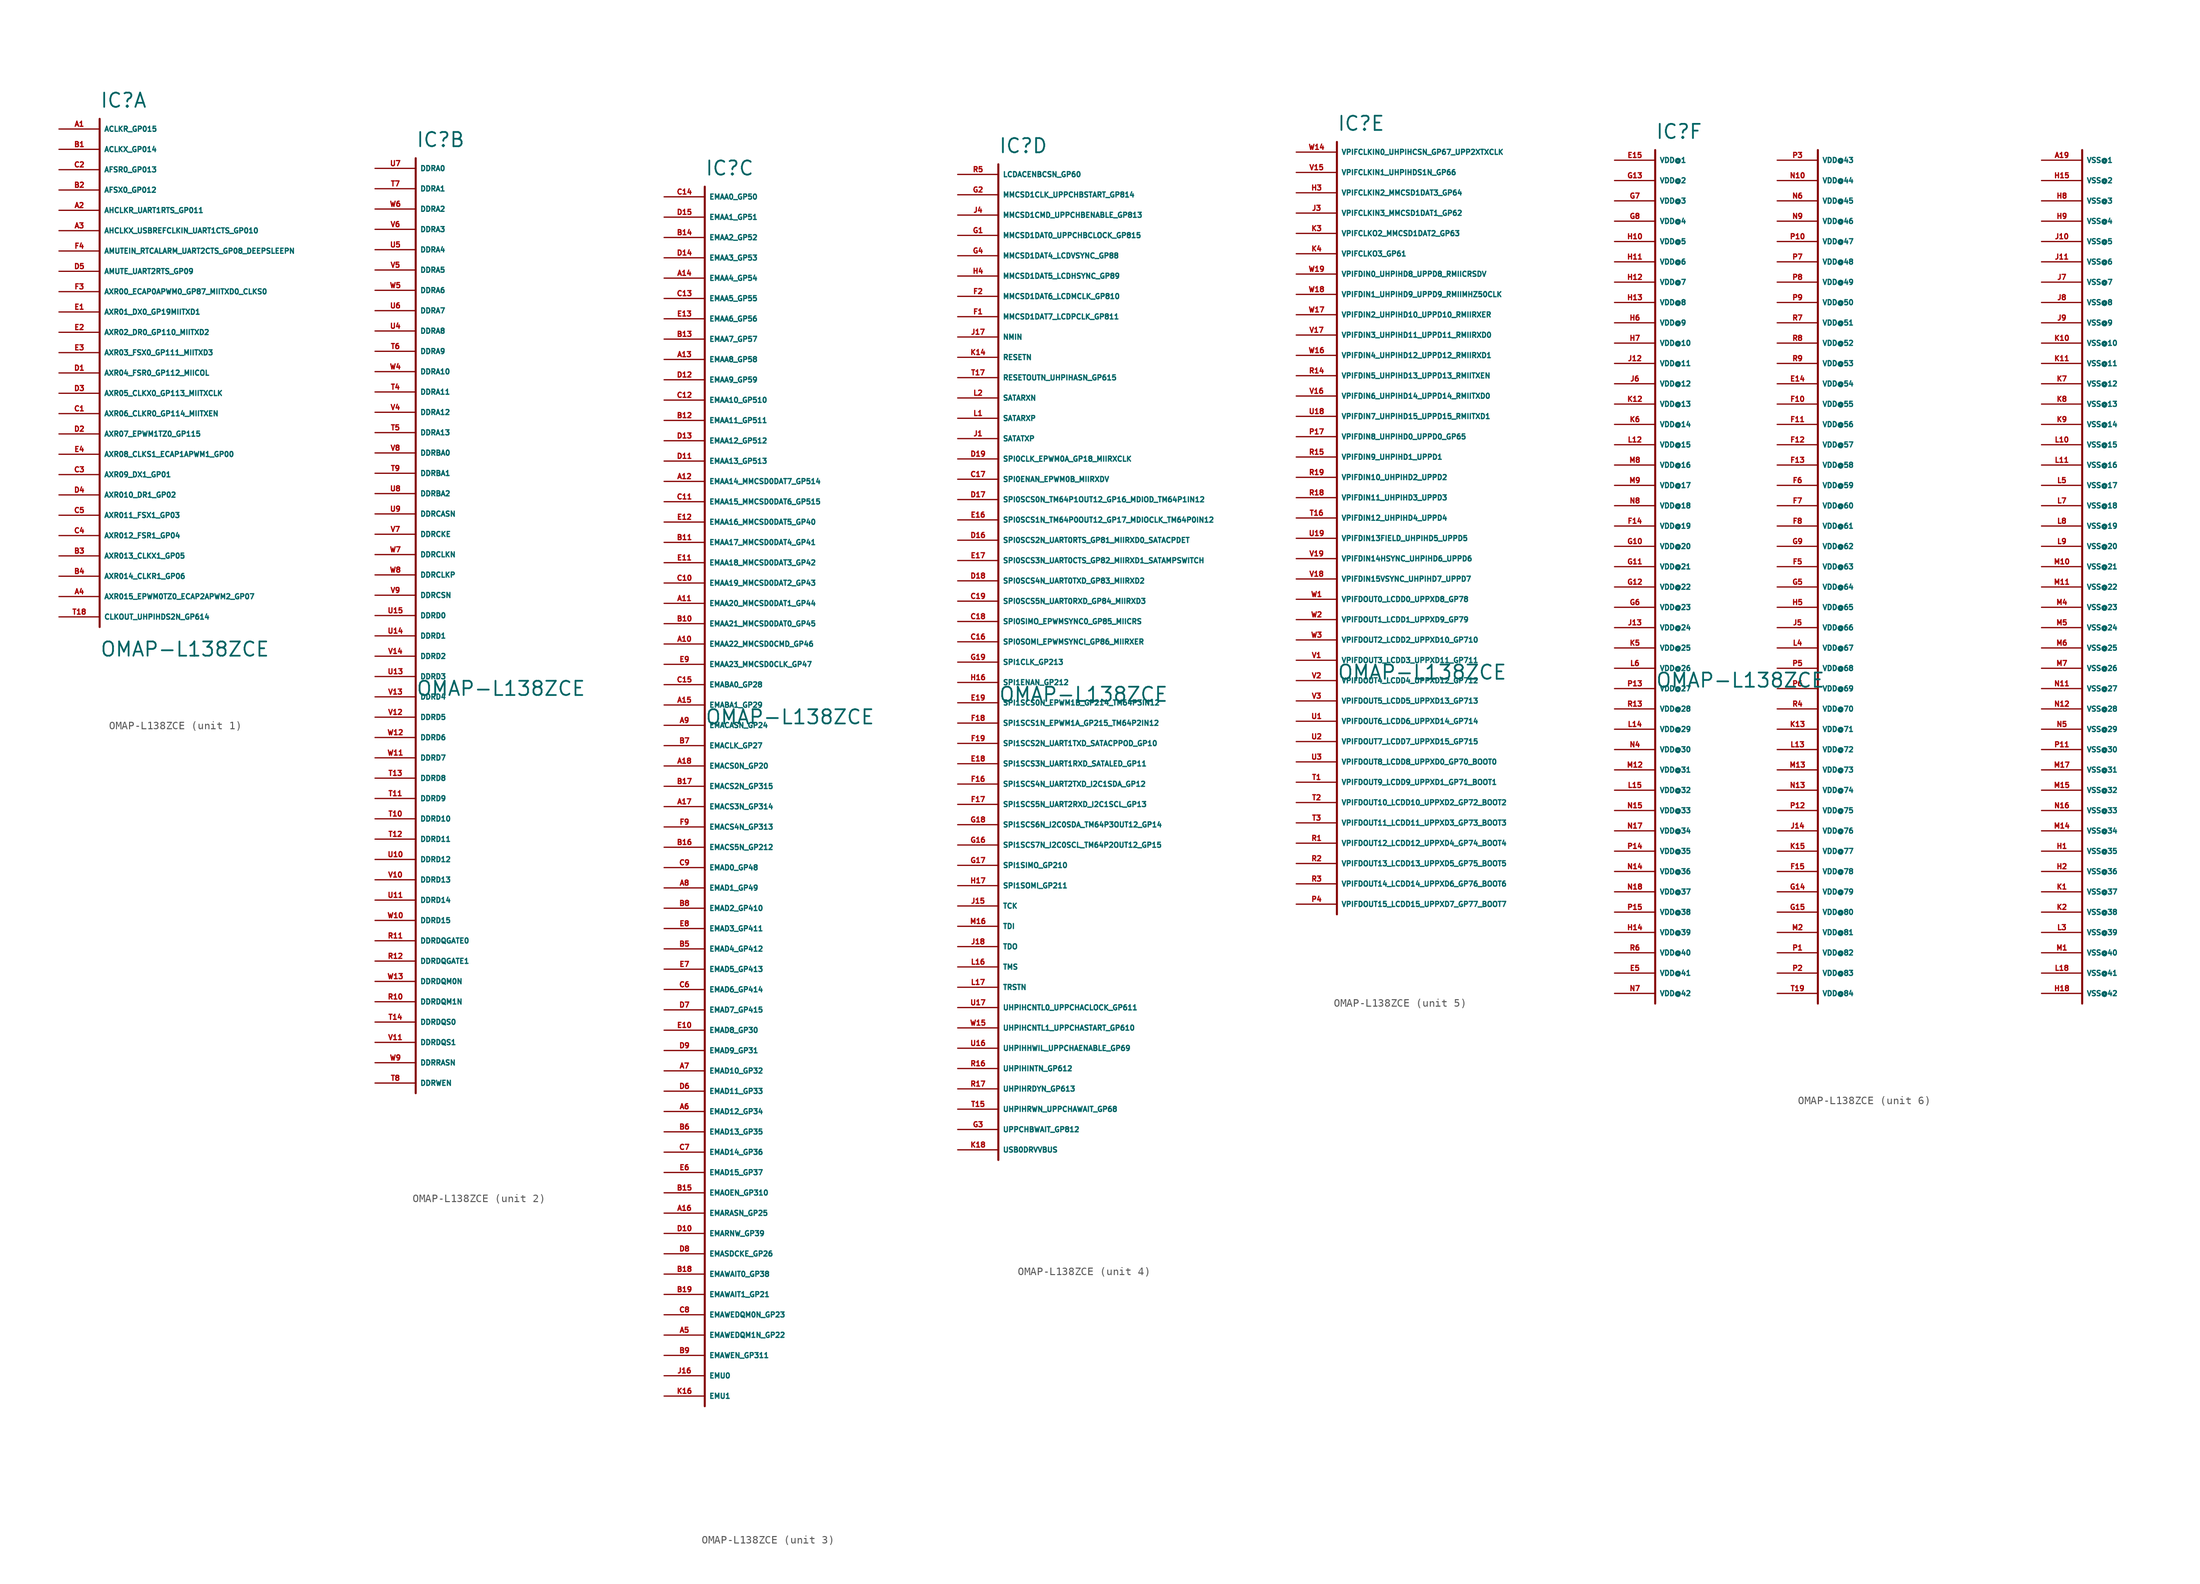
<source format=kicad_sym>
(kicad_symbol_lib
  (version 20220914)
  (generator Eagle2Kicad)
  (symbol "OMAP-L138ZCE"
    (property "Reference" "IC"
      (at 0 2.54 0)
      (effects (font (size 1.778 1.778) (thickness 0.22)) (justify left bottom)))
    (property "Value" "OMAP-L138ZCE"
      (at 0 -66.04 0)
      (effects (font (size 1.778 1.778) (thickness 0.22)) (justify left bottom)))
    (symbol "OMAP-L138ZCE_1_0"
      (polyline (pts (xy 0 -62.23) (xy 0 1.27)) (stroke (width 0.254) (type default)) (fill (type none)))
      (pin bidirectional line (at -5.08 0 0) (length 5.08) (name "ACLKR_GP015" (effects (font (size 0.635 0.635) (thickness 0.08)) (justify left bottom))) (number "A1" (effects (font (size 0.635 0.635) (thickness 0.08)) (justify left bottom))))
      (pin bidirectional line (at -5.08 -2.54 0) (length 5.08) (name "ACLKX_GP014" (effects (font (size 0.635 0.635) (thickness 0.08)) (justify left bottom))) (number "B1" (effects (font (size 0.635 0.635) (thickness 0.08)) (justify left bottom))))
      (pin bidirectional line (at -5.08 -5.08 0) (length 5.08) (name "AFSR0_GP013" (effects (font (size 0.635 0.635) (thickness 0.08)) (justify left bottom))) (number "C2" (effects (font (size 0.635 0.635) (thickness 0.08)) (justify left bottom))))
      (pin bidirectional line (at -5.08 -7.62 0) (length 5.08) (name "AFSX0_GP012" (effects (font (size 0.635 0.635) (thickness 0.08)) (justify left bottom))) (number "B2" (effects (font (size 0.635 0.635) (thickness 0.08)) (justify left bottom))))
      (pin bidirectional line (at -5.08 -10.16 0) (length 5.08) (name "AHCLKR_UART1RTS_GP011" (effects (font (size 0.635 0.635) (thickness 0.08)) (justify left bottom))) (number "A2" (effects (font (size 0.635 0.635) (thickness 0.08)) (justify left bottom))))
      (pin bidirectional line (at -5.08 -12.7 0) (length 5.08) (name "AHCLKX_USBREFCLKIN_UART1CTS_GP010" (effects (font (size 0.635 0.635) (thickness 0.08)) (justify left bottom))) (number "A3" (effects (font (size 0.635 0.635) (thickness 0.08)) (justify left bottom))))
      (pin bidirectional line (at -5.08 -15.24 0) (length 5.08) (name "AMUTEIN_RTCALARM_UART2CTS_GP08_DEEPSLEEPN" (effects (font (size 0.635 0.635) (thickness 0.08)) (justify left bottom))) (number "F4" (effects (font (size 0.635 0.635) (thickness 0.08)) (justify left bottom))))
      (pin bidirectional line (at -5.08 -17.78 0) (length 5.08) (name "AMUTE_UART2RTS_GP09" (effects (font (size 0.635 0.635) (thickness 0.08)) (justify left bottom))) (number "D5" (effects (font (size 0.635 0.635) (thickness 0.08)) (justify left bottom))))
      (pin bidirectional line (at -5.08 -20.32 0) (length 5.08) (name "AXR00_ECAP0APWM0_GP87_MIITXD0_CLKS0" (effects (font (size 0.635 0.635) (thickness 0.08)) (justify left bottom))) (number "F3" (effects (font (size 0.635 0.635) (thickness 0.08)) (justify left bottom))))
      (pin bidirectional line (at -5.08 -22.86 0) (length 5.08) (name "AXR01_DX0_GP19MIITXD1" (effects (font (size 0.635 0.635) (thickness 0.08)) (justify left bottom))) (number "E1" (effects (font (size 0.635 0.635) (thickness 0.08)) (justify left bottom))))
      (pin bidirectional line (at -5.08 -25.4 0) (length 5.08) (name "AXR02_DR0_GP110_MIITXD2" (effects (font (size 0.635 0.635) (thickness 0.08)) (justify left bottom))) (number "E2" (effects (font (size 0.635 0.635) (thickness 0.08)) (justify left bottom))))
      (pin bidirectional line (at -5.08 -27.94 0) (length 5.08) (name "AXR03_FSX0_GP111_MIITXD3" (effects (font (size 0.635 0.635) (thickness 0.08)) (justify left bottom))) (number "E3" (effects (font (size 0.635 0.635) (thickness 0.08)) (justify left bottom))))
      (pin bidirectional line (at -5.08 -30.48 0) (length 5.08) (name "AXR04_FSR0_GP112_MIICOL" (effects (font (size 0.635 0.635) (thickness 0.08)) (justify left bottom))) (number "D1" (effects (font (size 0.635 0.635) (thickness 0.08)) (justify left bottom))))
      (pin bidirectional line (at -5.08 -33.02 0) (length 5.08) (name "AXR05_CLKX0_GP113_MIITXCLK" (effects (font (size 0.635 0.635) (thickness 0.08)) (justify left bottom))) (number "D3" (effects (font (size 0.635 0.635) (thickness 0.08)) (justify left bottom))))
      (pin bidirectional line (at -5.08 -35.56 0) (length 5.08) (name "AXR06_CLKR0_GP114_MIITXEN" (effects (font (size 0.635 0.635) (thickness 0.08)) (justify left bottom))) (number "C1" (effects (font (size 0.635 0.635) (thickness 0.08)) (justify left bottom))))
      (pin bidirectional line (at -5.08 -38.1 0) (length 5.08) (name "AXR07_EPWM1TZ0_GP115" (effects (font (size 0.635 0.635) (thickness 0.08)) (justify left bottom))) (number "D2" (effects (font (size 0.635 0.635) (thickness 0.08)) (justify left bottom))))
      (pin bidirectional line (at -5.08 -40.64 0) (length 5.08) (name "AXR08_CLKS1_ECAP1APWM1_GP00" (effects (font (size 0.635 0.635) (thickness 0.08)) (justify left bottom))) (number "E4" (effects (font (size 0.635 0.635) (thickness 0.08)) (justify left bottom))))
      (pin bidirectional line (at -5.08 -43.18 0) (length 5.08) (name "AXR09_DX1_GP01" (effects (font (size 0.635 0.635) (thickness 0.08)) (justify left bottom))) (number "C3" (effects (font (size 0.635 0.635) (thickness 0.08)) (justify left bottom))))
      (pin bidirectional line (at -5.08 -45.72 0) (length 5.08) (name "AXR010_DR1_GP02" (effects (font (size 0.635 0.635) (thickness 0.08)) (justify left bottom))) (number "D4" (effects (font (size 0.635 0.635) (thickness 0.08)) (justify left bottom))))
      (pin bidirectional line (at -5.08 -48.26 0) (length 5.08) (name "AXR011_FSX1_GP03" (effects (font (size 0.635 0.635) (thickness 0.08)) (justify left bottom))) (number "C5" (effects (font (size 0.635 0.635) (thickness 0.08)) (justify left bottom))))
      (pin bidirectional line (at -5.08 -50.8 0) (length 5.08) (name "AXR012_FSR1_GP04" (effects (font (size 0.635 0.635) (thickness 0.08)) (justify left bottom))) (number "C4" (effects (font (size 0.635 0.635) (thickness 0.08)) (justify left bottom))))
      (pin bidirectional line (at -5.08 -53.34 0) (length 5.08) (name "AXR013_CLKX1_GP05" (effects (font (size 0.635 0.635) (thickness 0.08)) (justify left bottom))) (number "B3" (effects (font (size 0.635 0.635) (thickness 0.08)) (justify left bottom))))
      (pin bidirectional line (at -5.08 -55.88 0) (length 5.08) (name "AXR014_CLKR1_GP06" (effects (font (size 0.635 0.635) (thickness 0.08)) (justify left bottom))) (number "B4" (effects (font (size 0.635 0.635) (thickness 0.08)) (justify left bottom))))
      (pin bidirectional line (at -5.08 -58.42 0) (length 5.08) (name "AXR015_EPWM0TZ0_ECAP2APWM2_GP07" (effects (font (size 0.635 0.635) (thickness 0.08)) (justify left bottom))) (number "A4" (effects (font (size 0.635 0.635) (thickness 0.08)) (justify left bottom))))
      (pin bidirectional line (at -5.08 -60.96 0) (length 5.08) (name "CLKOUT_UHPIHDS2N_GP614" (effects (font (size 0.635 0.635) (thickness 0.08)) (justify left bottom))) (number "T18" (effects (font (size 0.635 0.635) (thickness 0.08)) (justify left bottom)))))
    (symbol "OMAP-L138ZCE_2_0"
      (polyline (pts (xy 0 -115.57) (xy 0 1.27)) (stroke (width 0.254) (type default)) (fill (type none)))
      (pin bidirectional line (at -5.08 0 0) (length 5.08) (name "DDRA0" (effects (font (size 0.635 0.635) (thickness 0.08)) (justify left bottom))) (number "U7" (effects (font (size 0.635 0.635) (thickness 0.08)) (justify left bottom))))
      (pin bidirectional line (at -5.08 -2.54 0) (length 5.08) (name "DDRA1" (effects (font (size 0.635 0.635) (thickness 0.08)) (justify left bottom))) (number "T7" (effects (font (size 0.635 0.635) (thickness 0.08)) (justify left bottom))))
      (pin bidirectional line (at -5.08 -5.08 0) (length 5.08) (name "DDRA2" (effects (font (size 0.635 0.635) (thickness 0.08)) (justify left bottom))) (number "W6" (effects (font (size 0.635 0.635) (thickness 0.08)) (justify left bottom))))
      (pin bidirectional line (at -5.08 -7.62 0) (length 5.08) (name "DDRA3" (effects (font (size 0.635 0.635) (thickness 0.08)) (justify left bottom))) (number "V6" (effects (font (size 0.635 0.635) (thickness 0.08)) (justify left bottom))))
      (pin bidirectional line (at -5.08 -10.16 0) (length 5.08) (name "DDRA4" (effects (font (size 0.635 0.635) (thickness 0.08)) (justify left bottom))) (number "U5" (effects (font (size 0.635 0.635) (thickness 0.08)) (justify left bottom))))
      (pin bidirectional line (at -5.08 -12.7 0) (length 5.08) (name "DDRA5" (effects (font (size 0.635 0.635) (thickness 0.08)) (justify left bottom))) (number "V5" (effects (font (size 0.635 0.635) (thickness 0.08)) (justify left bottom))))
      (pin bidirectional line (at -5.08 -15.24 0) (length 5.08) (name "DDRA6" (effects (font (size 0.635 0.635) (thickness 0.08)) (justify left bottom))) (number "W5" (effects (font (size 0.635 0.635) (thickness 0.08)) (justify left bottom))))
      (pin bidirectional line (at -5.08 -17.78 0) (length 5.08) (name "DDRA7" (effects (font (size 0.635 0.635) (thickness 0.08)) (justify left bottom))) (number "U6" (effects (font (size 0.635 0.635) (thickness 0.08)) (justify left bottom))))
      (pin bidirectional line (at -5.08 -20.32 0) (length 5.08) (name "DDRA8" (effects (font (size 0.635 0.635) (thickness 0.08)) (justify left bottom))) (number "U4" (effects (font (size 0.635 0.635) (thickness 0.08)) (justify left bottom))))
      (pin bidirectional line (at -5.08 -22.86 0) (length 5.08) (name "DDRA9" (effects (font (size 0.635 0.635) (thickness 0.08)) (justify left bottom))) (number "T6" (effects (font (size 0.635 0.635) (thickness 0.08)) (justify left bottom))))
      (pin bidirectional line (at -5.08 -25.4 0) (length 5.08) (name "DDRA10" (effects (font (size 0.635 0.635) (thickness 0.08)) (justify left bottom))) (number "W4" (effects (font (size 0.635 0.635) (thickness 0.08)) (justify left bottom))))
      (pin bidirectional line (at -5.08 -27.94 0) (length 5.08) (name "DDRA11" (effects (font (size 0.635 0.635) (thickness 0.08)) (justify left bottom))) (number "T4" (effects (font (size 0.635 0.635) (thickness 0.08)) (justify left bottom))))
      (pin bidirectional line (at -5.08 -30.48 0) (length 5.08) (name "DDRA12" (effects (font (size 0.635 0.635) (thickness 0.08)) (justify left bottom))) (number "V4" (effects (font (size 0.635 0.635) (thickness 0.08)) (justify left bottom))))
      (pin bidirectional line (at -5.08 -33.02 0) (length 5.08) (name "DDRA13" (effects (font (size 0.635 0.635) (thickness 0.08)) (justify left bottom))) (number "T5" (effects (font (size 0.635 0.635) (thickness 0.08)) (justify left bottom))))
      (pin bidirectional line (at -5.08 -35.56 0) (length 5.08) (name "DDRBA0" (effects (font (size 0.635 0.635) (thickness 0.08)) (justify left bottom))) (number "V8" (effects (font (size 0.635 0.635) (thickness 0.08)) (justify left bottom))))
      (pin bidirectional line (at -5.08 -38.1 0) (length 5.08) (name "DDRBA1" (effects (font (size 0.635 0.635) (thickness 0.08)) (justify left bottom))) (number "T9" (effects (font (size 0.635 0.635) (thickness 0.08)) (justify left bottom))))
      (pin bidirectional line (at -5.08 -40.64 0) (length 5.08) (name "DDRBA2" (effects (font (size 0.635 0.635) (thickness 0.08)) (justify left bottom))) (number "U8" (effects (font (size 0.635 0.635) (thickness 0.08)) (justify left bottom))))
      (pin bidirectional line (at -5.08 -43.18 0) (length 5.08) (name "DDRCASN" (effects (font (size 0.635 0.635) (thickness 0.08)) (justify left bottom))) (number "U9" (effects (font (size 0.635 0.635) (thickness 0.08)) (justify left bottom))))
      (pin bidirectional line (at -5.08 -45.72 0) (length 5.08) (name "DDRCKE" (effects (font (size 0.635 0.635) (thickness 0.08)) (justify left bottom))) (number "V7" (effects (font (size 0.635 0.635) (thickness 0.08)) (justify left bottom))))
      (pin bidirectional line (at -5.08 -48.26 0) (length 5.08) (name "DDRCLKN" (effects (font (size 0.635 0.635) (thickness 0.08)) (justify left bottom))) (number "W7" (effects (font (size 0.635 0.635) (thickness 0.08)) (justify left bottom))))
      (pin bidirectional line (at -5.08 -50.8 0) (length 5.08) (name "DDRCLKP" (effects (font (size 0.635 0.635) (thickness 0.08)) (justify left bottom))) (number "W8" (effects (font (size 0.635 0.635) (thickness 0.08)) (justify left bottom))))
      (pin bidirectional line (at -5.08 -53.34 0) (length 5.08) (name "DDRCSN" (effects (font (size 0.635 0.635) (thickness 0.08)) (justify left bottom))) (number "V9" (effects (font (size 0.635 0.635) (thickness 0.08)) (justify left bottom))))
      (pin bidirectional line (at -5.08 -55.88 0) (length 5.08) (name "DDRD0" (effects (font (size 0.635 0.635) (thickness 0.08)) (justify left bottom))) (number "U15" (effects (font (size 0.635 0.635) (thickness 0.08)) (justify left bottom))))
      (pin bidirectional line (at -5.08 -58.42 0) (length 5.08) (name "DDRD1" (effects (font (size 0.635 0.635) (thickness 0.08)) (justify left bottom))) (number "U14" (effects (font (size 0.635 0.635) (thickness 0.08)) (justify left bottom))))
      (pin bidirectional line (at -5.08 -60.96 0) (length 5.08) (name "DDRD2" (effects (font (size 0.635 0.635) (thickness 0.08)) (justify left bottom))) (number "V14" (effects (font (size 0.635 0.635) (thickness 0.08)) (justify left bottom))))
      (pin bidirectional line (at -5.08 -63.5 0) (length 5.08) (name "DDRD3" (effects (font (size 0.635 0.635) (thickness 0.08)) (justify left bottom))) (number "U13" (effects (font (size 0.635 0.635) (thickness 0.08)) (justify left bottom))))
      (pin bidirectional line (at -5.08 -66.04 0) (length 5.08) (name "DDRD4" (effects (font (size 0.635 0.635) (thickness 0.08)) (justify left bottom))) (number "V13" (effects (font (size 0.635 0.635) (thickness 0.08)) (justify left bottom))))
      (pin bidirectional line (at -5.08 -68.58 0) (length 5.08) (name "DDRD5" (effects (font (size 0.635 0.635) (thickness 0.08)) (justify left bottom))) (number "V12" (effects (font (size 0.635 0.635) (thickness 0.08)) (justify left bottom))))
      (pin bidirectional line (at -5.08 -71.12 0) (length 5.08) (name "DDRD6" (effects (font (size 0.635 0.635) (thickness 0.08)) (justify left bottom))) (number "W12" (effects (font (size 0.635 0.635) (thickness 0.08)) (justify left bottom))))
      (pin bidirectional line (at -5.08 -73.66 0) (length 5.08) (name "DDRD7" (effects (font (size 0.635 0.635) (thickness 0.08)) (justify left bottom))) (number "W11" (effects (font (size 0.635 0.635) (thickness 0.08)) (justify left bottom))))
      (pin bidirectional line (at -5.08 -76.2 0) (length 5.08) (name "DDRD8" (effects (font (size 0.635 0.635) (thickness 0.08)) (justify left bottom))) (number "T13" (effects (font (size 0.635 0.635) (thickness 0.08)) (justify left bottom))))
      (pin bidirectional line (at -5.08 -78.74 0) (length 5.08) (name "DDRD9" (effects (font (size 0.635 0.635) (thickness 0.08)) (justify left bottom))) (number "T11" (effects (font (size 0.635 0.635) (thickness 0.08)) (justify left bottom))))
      (pin bidirectional line (at -5.08 -81.28 0) (length 5.08) (name "DDRD10" (effects (font (size 0.635 0.635) (thickness 0.08)) (justify left bottom))) (number "T10" (effects (font (size 0.635 0.635) (thickness 0.08)) (justify left bottom))))
      (pin bidirectional line (at -5.08 -83.82 0) (length 5.08) (name "DDRD11" (effects (font (size 0.635 0.635) (thickness 0.08)) (justify left bottom))) (number "T12" (effects (font (size 0.635 0.635) (thickness 0.08)) (justify left bottom))))
      (pin bidirectional line (at -5.08 -86.36 0) (length 5.08) (name "DDRD12" (effects (font (size 0.635 0.635) (thickness 0.08)) (justify left bottom))) (number "U10" (effects (font (size 0.635 0.635) (thickness 0.08)) (justify left bottom))))
      (pin bidirectional line (at -5.08 -88.9 0) (length 5.08) (name "DDRD13" (effects (font (size 0.635 0.635) (thickness 0.08)) (justify left bottom))) (number "V10" (effects (font (size 0.635 0.635) (thickness 0.08)) (justify left bottom))))
      (pin bidirectional line (at -5.08 -91.44 0) (length 5.08) (name "DDRD14" (effects (font (size 0.635 0.635) (thickness 0.08)) (justify left bottom))) (number "U11" (effects (font (size 0.635 0.635) (thickness 0.08)) (justify left bottom))))
      (pin bidirectional line (at -5.08 -93.98 0) (length 5.08) (name "DDRD15" (effects (font (size 0.635 0.635) (thickness 0.08)) (justify left bottom))) (number "W10" (effects (font (size 0.635 0.635) (thickness 0.08)) (justify left bottom))))
      (pin bidirectional line (at -5.08 -96.52 0) (length 5.08) (name "DDRDQGATE0" (effects (font (size 0.635 0.635) (thickness 0.08)) (justify left bottom))) (number "R11" (effects (font (size 0.635 0.635) (thickness 0.08)) (justify left bottom))))
      (pin bidirectional line (at -5.08 -99.06 0) (length 5.08) (name "DDRDQGATE1" (effects (font (size 0.635 0.635) (thickness 0.08)) (justify left bottom))) (number "R12" (effects (font (size 0.635 0.635) (thickness 0.08)) (justify left bottom))))
      (pin bidirectional line (at -5.08 -101.6 0) (length 5.08) (name "DDRDQM0N" (effects (font (size 0.635 0.635) (thickness 0.08)) (justify left bottom))) (number "W13" (effects (font (size 0.635 0.635) (thickness 0.08)) (justify left bottom))))
      (pin bidirectional line (at -5.08 -104.14 0) (length 5.08) (name "DDRDQM1N" (effects (font (size 0.635 0.635) (thickness 0.08)) (justify left bottom))) (number "R10" (effects (font (size 0.635 0.635) (thickness 0.08)) (justify left bottom))))
      (pin bidirectional line (at -5.08 -106.68 0) (length 5.08) (name "DDRDQS0" (effects (font (size 0.635 0.635) (thickness 0.08)) (justify left bottom))) (number "T14" (effects (font (size 0.635 0.635) (thickness 0.08)) (justify left bottom))))
      (pin bidirectional line (at -5.08 -109.22 0) (length 5.08) (name "DDRDQS1" (effects (font (size 0.635 0.635) (thickness 0.08)) (justify left bottom))) (number "V11" (effects (font (size 0.635 0.635) (thickness 0.08)) (justify left bottom))))
      (pin bidirectional line (at -5.08 -111.76 0) (length 5.08) (name "DDRRASN" (effects (font (size 0.635 0.635) (thickness 0.08)) (justify left bottom))) (number "W9" (effects (font (size 0.635 0.635) (thickness 0.08)) (justify left bottom))))
      (pin bidirectional line (at -5.08 -114.3 0) (length 5.08) (name "DDRWEN" (effects (font (size 0.635 0.635) (thickness 0.08)) (justify left bottom))) (number "T8" (effects (font (size 0.635 0.635) (thickness 0.08)) (justify left bottom)))))
    (symbol "OMAP-L138ZCE_3_0"
      (polyline (pts (xy 0 -151.13) (xy 0 1.27)) (stroke (width 0.254) (type default)) (fill (type none)))
      (pin bidirectional line (at -5.08 0 0) (length 5.08) (name "EMAA0_GP50" (effects (font (size 0.635 0.635) (thickness 0.08)) (justify left bottom))) (number "C14" (effects (font (size 0.635 0.635) (thickness 0.08)) (justify left bottom))))
      (pin bidirectional line (at -5.08 -2.54 0) (length 5.08) (name "EMAA1_GP51" (effects (font (size 0.635 0.635) (thickness 0.08)) (justify left bottom))) (number "D15" (effects (font (size 0.635 0.635) (thickness 0.08)) (justify left bottom))))
      (pin bidirectional line (at -5.08 -5.08 0) (length 5.08) (name "EMAA2_GP52" (effects (font (size 0.635 0.635) (thickness 0.08)) (justify left bottom))) (number "B14" (effects (font (size 0.635 0.635) (thickness 0.08)) (justify left bottom))))
      (pin bidirectional line (at -5.08 -7.62 0) (length 5.08) (name "EMAA3_GP53" (effects (font (size 0.635 0.635) (thickness 0.08)) (justify left bottom))) (number "D14" (effects (font (size 0.635 0.635) (thickness 0.08)) (justify left bottom))))
      (pin bidirectional line (at -5.08 -10.16 0) (length 5.08) (name "EMAA4_GP54" (effects (font (size 0.635 0.635) (thickness 0.08)) (justify left bottom))) (number "A14" (effects (font (size 0.635 0.635) (thickness 0.08)) (justify left bottom))))
      (pin bidirectional line (at -5.08 -12.7 0) (length 5.08) (name "EMAA5_GP55" (effects (font (size 0.635 0.635) (thickness 0.08)) (justify left bottom))) (number "C13" (effects (font (size 0.635 0.635) (thickness 0.08)) (justify left bottom))))
      (pin bidirectional line (at -5.08 -15.24 0) (length 5.08) (name "EMAA6_GP56" (effects (font (size 0.635 0.635) (thickness 0.08)) (justify left bottom))) (number "E13" (effects (font (size 0.635 0.635) (thickness 0.08)) (justify left bottom))))
      (pin bidirectional line (at -5.08 -17.78 0) (length 5.08) (name "EMAA7_GP57" (effects (font (size 0.635 0.635) (thickness 0.08)) (justify left bottom))) (number "B13" (effects (font (size 0.635 0.635) (thickness 0.08)) (justify left bottom))))
      (pin bidirectional line (at -5.08 -20.32 0) (length 5.08) (name "EMAA8_GP58" (effects (font (size 0.635 0.635) (thickness 0.08)) (justify left bottom))) (number "A13" (effects (font (size 0.635 0.635) (thickness 0.08)) (justify left bottom))))
      (pin bidirectional line (at -5.08 -22.86 0) (length 5.08) (name "EMAA9_GP59" (effects (font (size 0.635 0.635) (thickness 0.08)) (justify left bottom))) (number "D12" (effects (font (size 0.635 0.635) (thickness 0.08)) (justify left bottom))))
      (pin bidirectional line (at -5.08 -25.4 0) (length 5.08) (name "EMAA10_GP510" (effects (font (size 0.635 0.635) (thickness 0.08)) (justify left bottom))) (number "C12" (effects (font (size 0.635 0.635) (thickness 0.08)) (justify left bottom))))
      (pin bidirectional line (at -5.08 -27.94 0) (length 5.08) (name "EMAA11_GP511" (effects (font (size 0.635 0.635) (thickness 0.08)) (justify left bottom))) (number "B12" (effects (font (size 0.635 0.635) (thickness 0.08)) (justify left bottom))))
      (pin bidirectional line (at -5.08 -30.48 0) (length 5.08) (name "EMAA12_GP512" (effects (font (size 0.635 0.635) (thickness 0.08)) (justify left bottom))) (number "D13" (effects (font (size 0.635 0.635) (thickness 0.08)) (justify left bottom))))
      (pin bidirectional line (at -5.08 -33.02 0) (length 5.08) (name "EMAA13_GP513" (effects (font (size 0.635 0.635) (thickness 0.08)) (justify left bottom))) (number "D11" (effects (font (size 0.635 0.635) (thickness 0.08)) (justify left bottom))))
      (pin bidirectional line (at -5.08 -35.56 0) (length 5.08) (name "EMAA14_MMCSD0DAT7_GP514" (effects (font (size 0.635 0.635) (thickness 0.08)) (justify left bottom))) (number "A12" (effects (font (size 0.635 0.635) (thickness 0.08)) (justify left bottom))))
      (pin bidirectional line (at -5.08 -38.1 0) (length 5.08) (name "EMAA15_MMCSD0DAT6_GP515" (effects (font (size 0.635 0.635) (thickness 0.08)) (justify left bottom))) (number "C11" (effects (font (size 0.635 0.635) (thickness 0.08)) (justify left bottom))))
      (pin bidirectional line (at -5.08 -40.64 0) (length 5.08) (name "EMAA16_MMCSD0DAT5_GP40" (effects (font (size 0.635 0.635) (thickness 0.08)) (justify left bottom))) (number "E12" (effects (font (size 0.635 0.635) (thickness 0.08)) (justify left bottom))))
      (pin bidirectional line (at -5.08 -43.18 0) (length 5.08) (name "EMAA17_MMCSD0DAT4_GP41" (effects (font (size 0.635 0.635) (thickness 0.08)) (justify left bottom))) (number "B11" (effects (font (size 0.635 0.635) (thickness 0.08)) (justify left bottom))))
      (pin bidirectional line (at -5.08 -45.72 0) (length 5.08) (name "EMAA18_MMCSD0DAT3_GP42" (effects (font (size 0.635 0.635) (thickness 0.08)) (justify left bottom))) (number "E11" (effects (font (size 0.635 0.635) (thickness 0.08)) (justify left bottom))))
      (pin bidirectional line (at -5.08 -48.26 0) (length 5.08) (name "EMAA19_MMCSD0DAT2_GP43" (effects (font (size 0.635 0.635) (thickness 0.08)) (justify left bottom))) (number "C10" (effects (font (size 0.635 0.635) (thickness 0.08)) (justify left bottom))))
      (pin bidirectional line (at -5.08 -50.8 0) (length 5.08) (name "EMAA20_MMCSD0DAT1_GP44" (effects (font (size 0.635 0.635) (thickness 0.08)) (justify left bottom))) (number "A11" (effects (font (size 0.635 0.635) (thickness 0.08)) (justify left bottom))))
      (pin bidirectional line (at -5.08 -53.34 0) (length 5.08) (name "EMAA21_MMCSD0DAT0_GP45" (effects (font (size 0.635 0.635) (thickness 0.08)) (justify left bottom))) (number "B10" (effects (font (size 0.635 0.635) (thickness 0.08)) (justify left bottom))))
      (pin bidirectional line (at -5.08 -55.88 0) (length 5.08) (name "EMAA22_MMCSD0CMD_GP46" (effects (font (size 0.635 0.635) (thickness 0.08)) (justify left bottom))) (number "A10" (effects (font (size 0.635 0.635) (thickness 0.08)) (justify left bottom))))
      (pin bidirectional line (at -5.08 -58.42 0) (length 5.08) (name "EMAA23_MMCSD0CLK_GP47" (effects (font (size 0.635 0.635) (thickness 0.08)) (justify left bottom))) (number "E9" (effects (font (size 0.635 0.635) (thickness 0.08)) (justify left bottom))))
      (pin bidirectional line (at -5.08 -60.96 0) (length 5.08) (name "EMABA0_GP28" (effects (font (size 0.635 0.635) (thickness 0.08)) (justify left bottom))) (number "C15" (effects (font (size 0.635 0.635) (thickness 0.08)) (justify left bottom))))
      (pin bidirectional line (at -5.08 -63.5 0) (length 5.08) (name "EMABA1_GP29" (effects (font (size 0.635 0.635) (thickness 0.08)) (justify left bottom))) (number "A15" (effects (font (size 0.635 0.635) (thickness 0.08)) (justify left bottom))))
      (pin bidirectional line (at -5.08 -66.04 0) (length 5.08) (name "EMACASN_GP24" (effects (font (size 0.635 0.635) (thickness 0.08)) (justify left bottom))) (number "A9" (effects (font (size 0.635 0.635) (thickness 0.08)) (justify left bottom))))
      (pin bidirectional line (at -5.08 -68.58 0) (length 5.08) (name "EMACLK_GP27" (effects (font (size 0.635 0.635) (thickness 0.08)) (justify left bottom))) (number "B7" (effects (font (size 0.635 0.635) (thickness 0.08)) (justify left bottom))))
      (pin bidirectional line (at -5.08 -71.12 0) (length 5.08) (name "EMACS0N_GP20" (effects (font (size 0.635 0.635) (thickness 0.08)) (justify left bottom))) (number "A18" (effects (font (size 0.635 0.635) (thickness 0.08)) (justify left bottom))))
      (pin bidirectional line (at -5.08 -73.66 0) (length 5.08) (name "EMACS2N_GP315" (effects (font (size 0.635 0.635) (thickness 0.08)) (justify left bottom))) (number "B17" (effects (font (size 0.635 0.635) (thickness 0.08)) (justify left bottom))))
      (pin bidirectional line (at -5.08 -76.2 0) (length 5.08) (name "EMACS3N_GP314" (effects (font (size 0.635 0.635) (thickness 0.08)) (justify left bottom))) (number "A17" (effects (font (size 0.635 0.635) (thickness 0.08)) (justify left bottom))))
      (pin bidirectional line (at -5.08 -78.74 0) (length 5.08) (name "EMACS4N_GP313" (effects (font (size 0.635 0.635) (thickness 0.08)) (justify left bottom))) (number "F9" (effects (font (size 0.635 0.635) (thickness 0.08)) (justify left bottom))))
      (pin bidirectional line (at -5.08 -81.28 0) (length 5.08) (name "EMACS5N_GP212" (effects (font (size 0.635 0.635) (thickness 0.08)) (justify left bottom))) (number "B16" (effects (font (size 0.635 0.635) (thickness 0.08)) (justify left bottom))))
      (pin bidirectional line (at -5.08 -83.82 0) (length 5.08) (name "EMAD0_GP48" (effects (font (size 0.635 0.635) (thickness 0.08)) (justify left bottom))) (number "C9" (effects (font (size 0.635 0.635) (thickness 0.08)) (justify left bottom))))
      (pin bidirectional line (at -5.08 -86.36 0) (length 5.08) (name "EMAD1_GP49" (effects (font (size 0.635 0.635) (thickness 0.08)) (justify left bottom))) (number "A8" (effects (font (size 0.635 0.635) (thickness 0.08)) (justify left bottom))))
      (pin bidirectional line (at -5.08 -88.9 0) (length 5.08) (name "EMAD2_GP410" (effects (font (size 0.635 0.635) (thickness 0.08)) (justify left bottom))) (number "B8" (effects (font (size 0.635 0.635) (thickness 0.08)) (justify left bottom))))
      (pin bidirectional line (at -5.08 -91.44 0) (length 5.08) (name "EMAD3_GP411" (effects (font (size 0.635 0.635) (thickness 0.08)) (justify left bottom))) (number "E8" (effects (font (size 0.635 0.635) (thickness 0.08)) (justify left bottom))))
      (pin bidirectional line (at -5.08 -93.98 0) (length 5.08) (name "EMAD4_GP412" (effects (font (size 0.635 0.635) (thickness 0.08)) (justify left bottom))) (number "B5" (effects (font (size 0.635 0.635) (thickness 0.08)) (justify left bottom))))
      (pin bidirectional line (at -5.08 -96.52 0) (length 5.08) (name "EMAD5_GP413" (effects (font (size 0.635 0.635) (thickness 0.08)) (justify left bottom))) (number "E7" (effects (font (size 0.635 0.635) (thickness 0.08)) (justify left bottom))))
      (pin bidirectional line (at -5.08 -99.06 0) (length 5.08) (name "EMAD6_GP414" (effects (font (size 0.635 0.635) (thickness 0.08)) (justify left bottom))) (number "C6" (effects (font (size 0.635 0.635) (thickness 0.08)) (justify left bottom))))
      (pin bidirectional line (at -5.08 -101.6 0) (length 5.08) (name "EMAD7_GP415" (effects (font (size 0.635 0.635) (thickness 0.08)) (justify left bottom))) (number "D7" (effects (font (size 0.635 0.635) (thickness 0.08)) (justify left bottom))))
      (pin bidirectional line (at -5.08 -104.14 0) (length 5.08) (name "EMAD8_GP30" (effects (font (size 0.635 0.635) (thickness 0.08)) (justify left bottom))) (number "E10" (effects (font (size 0.635 0.635) (thickness 0.08)) (justify left bottom))))
      (pin bidirectional line (at -5.08 -106.68 0) (length 5.08) (name "EMAD9_GP31" (effects (font (size 0.635 0.635) (thickness 0.08)) (justify left bottom))) (number "D9" (effects (font (size 0.635 0.635) (thickness 0.08)) (justify left bottom))))
      (pin bidirectional line (at -5.08 -109.22 0) (length 5.08) (name "EMAD10_GP32" (effects (font (size 0.635 0.635) (thickness 0.08)) (justify left bottom))) (number "A7" (effects (font (size 0.635 0.635) (thickness 0.08)) (justify left bottom))))
      (pin bidirectional line (at -5.08 -111.76 0) (length 5.08) (name "EMAD11_GP33" (effects (font (size 0.635 0.635) (thickness 0.08)) (justify left bottom))) (number "D6" (effects (font (size 0.635 0.635) (thickness 0.08)) (justify left bottom))))
      (pin bidirectional line (at -5.08 -114.3 0) (length 5.08) (name "EMAD12_GP34" (effects (font (size 0.635 0.635) (thickness 0.08)) (justify left bottom))) (number "A6" (effects (font (size 0.635 0.635) (thickness 0.08)) (justify left bottom))))
      (pin bidirectional line (at -5.08 -116.84 0) (length 5.08) (name "EMAD13_GP35" (effects (font (size 0.635 0.635) (thickness 0.08)) (justify left bottom))) (number "B6" (effects (font (size 0.635 0.635) (thickness 0.08)) (justify left bottom))))
      (pin bidirectional line (at -5.08 -119.38 0) (length 5.08) (name "EMAD14_GP36" (effects (font (size 0.635 0.635) (thickness 0.08)) (justify left bottom))) (number "C7" (effects (font (size 0.635 0.635) (thickness 0.08)) (justify left bottom))))
      (pin bidirectional line (at -5.08 -121.92 0) (length 5.08) (name "EMAD15_GP37" (effects (font (size 0.635 0.635) (thickness 0.08)) (justify left bottom))) (number "E6" (effects (font (size 0.635 0.635) (thickness 0.08)) (justify left bottom))))
      (pin bidirectional line (at -5.08 -124.46 0) (length 5.08) (name "EMAOEN_GP310" (effects (font (size 0.635 0.635) (thickness 0.08)) (justify left bottom))) (number "B15" (effects (font (size 0.635 0.635) (thickness 0.08)) (justify left bottom))))
      (pin bidirectional line (at -5.08 -127 0) (length 5.08) (name "EMARASN_GP25" (effects (font (size 0.635 0.635) (thickness 0.08)) (justify left bottom))) (number "A16" (effects (font (size 0.635 0.635) (thickness 0.08)) (justify left bottom))))
      (pin bidirectional line (at -5.08 -129.54 0) (length 5.08) (name "EMARNW_GP39" (effects (font (size 0.635 0.635) (thickness 0.08)) (justify left bottom))) (number "D10" (effects (font (size 0.635 0.635) (thickness 0.08)) (justify left bottom))))
      (pin bidirectional line (at -5.08 -132.08 0) (length 5.08) (name "EMASDCKE_GP26" (effects (font (size 0.635 0.635) (thickness 0.08)) (justify left bottom))) (number "D8" (effects (font (size 0.635 0.635) (thickness 0.08)) (justify left bottom))))
      (pin bidirectional line (at -5.08 -134.62 0) (length 5.08) (name "EMAWAIT0_GP38" (effects (font (size 0.635 0.635) (thickness 0.08)) (justify left bottom))) (number "B18" (effects (font (size 0.635 0.635) (thickness 0.08)) (justify left bottom))))
      (pin bidirectional line (at -5.08 -137.16 0) (length 5.08) (name "EMAWAIT1_GP21" (effects (font (size 0.635 0.635) (thickness 0.08)) (justify left bottom))) (number "B19" (effects (font (size 0.635 0.635) (thickness 0.08)) (justify left bottom))))
      (pin bidirectional line (at -5.08 -139.7 0) (length 5.08) (name "EMAWEDQM0N_GP23" (effects (font (size 0.635 0.635) (thickness 0.08)) (justify left bottom))) (number "C8" (effects (font (size 0.635 0.635) (thickness 0.08)) (justify left bottom))))
      (pin bidirectional line (at -5.08 -142.24 0) (length 5.08) (name "EMAWEDQM1N_GP22" (effects (font (size 0.635 0.635) (thickness 0.08)) (justify left bottom))) (number "A5" (effects (font (size 0.635 0.635) (thickness 0.08)) (justify left bottom))))
      (pin bidirectional line (at -5.08 -144.78 0) (length 5.08) (name "EMAWEN_GP311" (effects (font (size 0.635 0.635) (thickness 0.08)) (justify left bottom))) (number "B9" (effects (font (size 0.635 0.635) (thickness 0.08)) (justify left bottom))))
      (pin bidirectional line (at -5.08 -147.32 0) (length 5.08) (name "EMU0" (effects (font (size 0.635 0.635) (thickness 0.08)) (justify left bottom))) (number "J16" (effects (font (size 0.635 0.635) (thickness 0.08)) (justify left bottom))))
      (pin bidirectional line (at -5.08 -149.86 0) (length 5.08) (name "EMU1" (effects (font (size 0.635 0.635) (thickness 0.08)) (justify left bottom))) (number "K16" (effects (font (size 0.635 0.635) (thickness 0.08)) (justify left bottom)))))
    (symbol "OMAP-L138ZCE_4_0"
      (polyline (pts (xy 0 -123.19) (xy 0 1.27)) (stroke (width 0.254) (type default)) (fill (type none)))
      (pin bidirectional line (at -5.08 0 0) (length 5.08) (name "LCDACENBCSN_GP60" (effects (font (size 0.635 0.635) (thickness 0.08)) (justify left bottom))) (number "R5" (effects (font (size 0.635 0.635) (thickness 0.08)) (justify left bottom))))
      (pin bidirectional line (at -5.08 -2.54 0) (length 5.08) (name "MMCSD1CLK_UPPCHBSTART_GP814" (effects (font (size 0.635 0.635) (thickness 0.08)) (justify left bottom))) (number "G2" (effects (font (size 0.635 0.635) (thickness 0.08)) (justify left bottom))))
      (pin bidirectional line (at -5.08 -5.08 0) (length 5.08) (name "MMCSD1CMD_UPPCHBENABLE_GP813" (effects (font (size 0.635 0.635) (thickness 0.08)) (justify left bottom))) (number "J4" (effects (font (size 0.635 0.635) (thickness 0.08)) (justify left bottom))))
      (pin bidirectional line (at -5.08 -7.62 0) (length 5.08) (name "MMCSD1DAT0_UPPCHBCLOCK_GP815" (effects (font (size 0.635 0.635) (thickness 0.08)) (justify left bottom))) (number "G1" (effects (font (size 0.635 0.635) (thickness 0.08)) (justify left bottom))))
      (pin bidirectional line (at -5.08 -10.16 0) (length 5.08) (name "MMCSD1DAT4_LCDVSYNC_GP88" (effects (font (size 0.635 0.635) (thickness 0.08)) (justify left bottom))) (number "G4" (effects (font (size 0.635 0.635) (thickness 0.08)) (justify left bottom))))
      (pin bidirectional line (at -5.08 -12.7 0) (length 5.08) (name "MMCSD1DAT5_LCDHSYNC_GP89" (effects (font (size 0.635 0.635) (thickness 0.08)) (justify left bottom))) (number "H4" (effects (font (size 0.635 0.635) (thickness 0.08)) (justify left bottom))))
      (pin bidirectional line (at -5.08 -15.24 0) (length 5.08) (name "MMCSD1DAT6_LCDMCLK_GP810" (effects (font (size 0.635 0.635) (thickness 0.08)) (justify left bottom))) (number "F2" (effects (font (size 0.635 0.635) (thickness 0.08)) (justify left bottom))))
      (pin bidirectional line (at -5.08 -17.78 0) (length 5.08) (name "MMCSD1DAT7_LCDPCLK_GP811" (effects (font (size 0.635 0.635) (thickness 0.08)) (justify left bottom))) (number "F1" (effects (font (size 0.635 0.635) (thickness 0.08)) (justify left bottom))))
      (pin input line (at -5.08 -20.32 0) (length 5.08) (name "NMIN" (effects (font (size 0.635 0.635) (thickness 0.08)) (justify left bottom))) (number "J17" (effects (font (size 0.635 0.635) (thickness 0.08)) (justify left bottom))))
      (pin input line (at -5.08 -22.86 0) (length 5.08) (name "RESETN" (effects (font (size 0.635 0.635) (thickness 0.08)) (justify left bottom))) (number "K14" (effects (font (size 0.635 0.635) (thickness 0.08)) (justify left bottom))))
      (pin bidirectional line (at -5.08 -25.4 0) (length 5.08) (name "RESETOUTN_UHPIHASN_GP615" (effects (font (size 0.635 0.635) (thickness 0.08)) (justify left bottom))) (number "T17" (effects (font (size 0.635 0.635) (thickness 0.08)) (justify left bottom))))
      (pin input line (at -5.08 -27.94 0) (length 5.08) (name "SATARXN" (effects (font (size 0.635 0.635) (thickness 0.08)) (justify left bottom))) (number "L2" (effects (font (size 0.635 0.635) (thickness 0.08)) (justify left bottom))))
      (pin input line (at -5.08 -30.48 0) (length 5.08) (name "SATARXP" (effects (font (size 0.635 0.635) (thickness 0.08)) (justify left bottom))) (number "L1" (effects (font (size 0.635 0.635) (thickness 0.08)) (justify left bottom))))
      (pin tri_state line (at -5.08 -33.02 0) (length 5.08) (name "SATATXP" (effects (font (size 0.635 0.635) (thickness 0.08)) (justify left bottom))) (number "J1" (effects (font (size 0.635 0.635) (thickness 0.08)) (justify left bottom))))
      (pin bidirectional line (at -5.08 -35.56 0) (length 5.08) (name "SPI0CLK_EPWM0A_GP18_MIIRXCLK" (effects (font (size 0.635 0.635) (thickness 0.08)) (justify left bottom))) (number "D19" (effects (font (size 0.635 0.635) (thickness 0.08)) (justify left bottom))))
      (pin bidirectional line (at -5.08 -38.1 0) (length 5.08) (name "SPI0ENAN_EPWM0B_MIIRXDV" (effects (font (size 0.635 0.635) (thickness 0.08)) (justify left bottom))) (number "C17" (effects (font (size 0.635 0.635) (thickness 0.08)) (justify left bottom))))
      (pin bidirectional line (at -5.08 -40.64 0) (length 5.08) (name "SPI0SCS0N_TM64P1OUT12_GP16_MDIOD_TM64P1IN12" (effects (font (size 0.635 0.635) (thickness 0.08)) (justify left bottom))) (number "D17" (effects (font (size 0.635 0.635) (thickness 0.08)) (justify left bottom))))
      (pin bidirectional line (at -5.08 -43.18 0) (length 5.08) (name "SPI0SCS1N_TM64P0OUT12_GP17_MDIOCLK_TM64P0IN12" (effects (font (size 0.635 0.635) (thickness 0.08)) (justify left bottom))) (number "E16" (effects (font (size 0.635 0.635) (thickness 0.08)) (justify left bottom))))
      (pin bidirectional line (at -5.08 -45.72 0) (length 5.08) (name "SPI0SCS2N_UART0RTS_GP81_MIIRXD0_SATACPDET" (effects (font (size 0.635 0.635) (thickness 0.08)) (justify left bottom))) (number "D16" (effects (font (size 0.635 0.635) (thickness 0.08)) (justify left bottom))))
      (pin bidirectional line (at -5.08 -48.26 0) (length 5.08) (name "SPI0SCS3N_UART0CTS_GP82_MIIRXD1_SATAMPSWITCH" (effects (font (size 0.635 0.635) (thickness 0.08)) (justify left bottom))) (number "E17" (effects (font (size 0.635 0.635) (thickness 0.08)) (justify left bottom))))
      (pin bidirectional line (at -5.08 -50.8 0) (length 5.08) (name "SPI0SCS4N_UART0TXD_GP83_MIIRXD2" (effects (font (size 0.635 0.635) (thickness 0.08)) (justify left bottom))) (number "D18" (effects (font (size 0.635 0.635) (thickness 0.08)) (justify left bottom))))
      (pin bidirectional line (at -5.08 -53.34 0) (length 5.08) (name "SPI0SCS5N_UART0RXD_GP84_MIIRXD3" (effects (font (size 0.635 0.635) (thickness 0.08)) (justify left bottom))) (number "C19" (effects (font (size 0.635 0.635) (thickness 0.08)) (justify left bottom))))
      (pin bidirectional line (at -5.08 -55.88 0) (length 5.08) (name "SPI0SIMO_EPWMSYNC0_GP85_MIICRS" (effects (font (size 0.635 0.635) (thickness 0.08)) (justify left bottom))) (number "C18" (effects (font (size 0.635 0.635) (thickness 0.08)) (justify left bottom))))
      (pin bidirectional line (at -5.08 -58.42 0) (length 5.08) (name "SPI0SOMI_EPWMSYNCI_GP86_MIIRXER" (effects (font (size 0.635 0.635) (thickness 0.08)) (justify left bottom))) (number "C16" (effects (font (size 0.635 0.635) (thickness 0.08)) (justify left bottom))))
      (pin bidirectional line (at -5.08 -60.96 0) (length 5.08) (name "SPI1CLK_GP213" (effects (font (size 0.635 0.635) (thickness 0.08)) (justify left bottom))) (number "G19" (effects (font (size 0.635 0.635) (thickness 0.08)) (justify left bottom))))
      (pin bidirectional line (at -5.08 -63.5 0) (length 5.08) (name "SPI1ENAN_GP212" (effects (font (size 0.635 0.635) (thickness 0.08)) (justify left bottom))) (number "H16" (effects (font (size 0.635 0.635) (thickness 0.08)) (justify left bottom))))
      (pin bidirectional line (at -5.08 -66.04 0) (length 5.08) (name "SPI1SCS0N_EPWM1B_GP214_TM64P3IN12" (effects (font (size 0.635 0.635) (thickness 0.08)) (justify left bottom))) (number "E19" (effects (font (size 0.635 0.635) (thickness 0.08)) (justify left bottom))))
      (pin bidirectional line (at -5.08 -68.58 0) (length 5.08) (name "SPI1SCS1N_EPWM1A_GP215_TM64P2IN12" (effects (font (size 0.635 0.635) (thickness 0.08)) (justify left bottom))) (number "F18" (effects (font (size 0.635 0.635) (thickness 0.08)) (justify left bottom))))
      (pin bidirectional line (at -5.08 -71.12 0) (length 5.08) (name "SPI1SCS2N_UART1TXD_SATACPPOD_GP10" (effects (font (size 0.635 0.635) (thickness 0.08)) (justify left bottom))) (number "F19" (effects (font (size 0.635 0.635) (thickness 0.08)) (justify left bottom))))
      (pin bidirectional line (at -5.08 -73.66 0) (length 5.08) (name "SPI1SCS3N_UART1RXD_SATALED_GP11" (effects (font (size 0.635 0.635) (thickness 0.08)) (justify left bottom))) (number "E18" (effects (font (size 0.635 0.635) (thickness 0.08)) (justify left bottom))))
      (pin bidirectional line (at -5.08 -76.2 0) (length 5.08) (name "SPI1SCS4N_UART2TXD_I2C1SDA_GP12" (effects (font (size 0.635 0.635) (thickness 0.08)) (justify left bottom))) (number "F16" (effects (font (size 0.635 0.635) (thickness 0.08)) (justify left bottom))))
      (pin bidirectional line (at -5.08 -78.74 0) (length 5.08) (name "SPI1SCS5N_UART2RXD_I2C1SCL_GP13" (effects (font (size 0.635 0.635) (thickness 0.08)) (justify left bottom))) (number "F17" (effects (font (size 0.635 0.635) (thickness 0.08)) (justify left bottom))))
      (pin bidirectional line (at -5.08 -81.28 0) (length 5.08) (name "SPI1SCS6N_I2C0SDA_TM64P3OUT12_GP14" (effects (font (size 0.635 0.635) (thickness 0.08)) (justify left bottom))) (number "G18" (effects (font (size 0.635 0.635) (thickness 0.08)) (justify left bottom))))
      (pin bidirectional line (at -5.08 -83.82 0) (length 5.08) (name "SPI1SCS7N_I2C0SCL_TM64P2OUT12_GP15" (effects (font (size 0.635 0.635) (thickness 0.08)) (justify left bottom))) (number "G16" (effects (font (size 0.635 0.635) (thickness 0.08)) (justify left bottom))))
      (pin bidirectional line (at -5.08 -86.36 0) (length 5.08) (name "SPI1SIMO_GP210" (effects (font (size 0.635 0.635) (thickness 0.08)) (justify left bottom))) (number "G17" (effects (font (size 0.635 0.635) (thickness 0.08)) (justify left bottom))))
      (pin bidirectional line (at -5.08 -88.9 0) (length 5.08) (name "SPI1SOMI_GP211" (effects (font (size 0.635 0.635) (thickness 0.08)) (justify left bottom))) (number "H17" (effects (font (size 0.635 0.635) (thickness 0.08)) (justify left bottom))))
      (pin input line (at -5.08 -91.44 0) (length 5.08) (name "TCK" (effects (font (size 0.635 0.635) (thickness 0.08)) (justify left bottom))) (number "J15" (effects (font (size 0.635 0.635) (thickness 0.08)) (justify left bottom))))
      (pin input line (at -5.08 -93.98 0) (length 5.08) (name "TDI" (effects (font (size 0.635 0.635) (thickness 0.08)) (justify left bottom))) (number "M16" (effects (font (size 0.635 0.635) (thickness 0.08)) (justify left bottom))))
      (pin output line (at -5.08 -96.52 0) (length 5.08) (name "TDO" (effects (font (size 0.635 0.635) (thickness 0.08)) (justify left bottom))) (number "J18" (effects (font (size 0.635 0.635) (thickness 0.08)) (justify left bottom))))
      (pin input line (at -5.08 -99.06 0) (length 5.08) (name "TMS" (effects (font (size 0.635 0.635) (thickness 0.08)) (justify left bottom))) (number "L16" (effects (font (size 0.635 0.635) (thickness 0.08)) (justify left bottom))))
      (pin input line (at -5.08 -101.6 0) (length 5.08) (name "TRSTN" (effects (font (size 0.635 0.635) (thickness 0.08)) (justify left bottom))) (number "L17" (effects (font (size 0.635 0.635) (thickness 0.08)) (justify left bottom))))
      (pin bidirectional line (at -5.08 -104.14 0) (length 5.08) (name "UHPIHCNTL0_UPPCHACLOCK_GP611" (effects (font (size 0.635 0.635) (thickness 0.08)) (justify left bottom))) (number "U17" (effects (font (size 0.635 0.635) (thickness 0.08)) (justify left bottom))))
      (pin bidirectional line (at -5.08 -106.68 0) (length 5.08) (name "UHPIHCNTL1_UPPCHASTART_GP610" (effects (font (size 0.635 0.635) (thickness 0.08)) (justify left bottom))) (number "W15" (effects (font (size 0.635 0.635) (thickness 0.08)) (justify left bottom))))
      (pin bidirectional line (at -5.08 -109.22 0) (length 5.08) (name "UHPIHHWIL_UPPCHAENABLE_GP69" (effects (font (size 0.635 0.635) (thickness 0.08)) (justify left bottom))) (number "U16" (effects (font (size 0.635 0.635) (thickness 0.08)) (justify left bottom))))
      (pin bidirectional line (at -5.08 -111.76 0) (length 5.08) (name "UHPIHINTN_GP612" (effects (font (size 0.635 0.635) (thickness 0.08)) (justify left bottom))) (number "R16" (effects (font (size 0.635 0.635) (thickness 0.08)) (justify left bottom))))
      (pin bidirectional line (at -5.08 -114.3 0) (length 5.08) (name "UHPIHRDYN_GP613" (effects (font (size 0.635 0.635) (thickness 0.08)) (justify left bottom))) (number "R17" (effects (font (size 0.635 0.635) (thickness 0.08)) (justify left bottom))))
      (pin bidirectional line (at -5.08 -116.84 0) (length 5.08) (name "UHPIHRWN_UPPCHAWAIT_GP68" (effects (font (size 0.635 0.635) (thickness 0.08)) (justify left bottom))) (number "T15" (effects (font (size 0.635 0.635) (thickness 0.08)) (justify left bottom))))
      (pin bidirectional line (at -5.08 -119.38 0) (length 5.08) (name "UPPCHBWAIT_GP812" (effects (font (size 0.635 0.635) (thickness 0.08)) (justify left bottom))) (number "G3" (effects (font (size 0.635 0.635) (thickness 0.08)) (justify left bottom))))
      (pin bidirectional line (at -5.08 -121.92 0) (length 5.08) (name "USB0DRVVBUS" (effects (font (size 0.635 0.635) (thickness 0.08)) (justify left bottom))) (number "K18" (effects (font (size 0.635 0.635) (thickness 0.08)) (justify left bottom)))))
    (symbol "OMAP-L138ZCE_5_0"
      (polyline (pts (xy 0 -95.25) (xy 0 1.27)) (stroke (width 0.254) (type default)) (fill (type none)))
      (pin bidirectional line (at -5.08 0 0) (length 5.08) (name "VPIFCLKIN0_UHPIHCSN_GP67_UPP2XTXCLK" (effects (font (size 0.635 0.635) (thickness 0.08)) (justify left bottom))) (number "W14" (effects (font (size 0.635 0.635) (thickness 0.08)) (justify left bottom))))
      (pin bidirectional line (at -5.08 -2.54 0) (length 5.08) (name "VPIFCLKIN1_UHPIHDS1N_GP66" (effects (font (size 0.635 0.635) (thickness 0.08)) (justify left bottom))) (number "V15" (effects (font (size 0.635 0.635) (thickness 0.08)) (justify left bottom))))
      (pin bidirectional line (at -5.08 -5.08 0) (length 5.08) (name "VPIFCLKIN2_MMCSD1DAT3_GP64" (effects (font (size 0.635 0.635) (thickness 0.08)) (justify left bottom))) (number "H3" (effects (font (size 0.635 0.635) (thickness 0.08)) (justify left bottom))))
      (pin bidirectional line (at -5.08 -7.62 0) (length 5.08) (name "VPIFCLKIN3_MMCSD1DAT1_GP62" (effects (font (size 0.635 0.635) (thickness 0.08)) (justify left bottom))) (number "J3" (effects (font (size 0.635 0.635) (thickness 0.08)) (justify left bottom))))
      (pin bidirectional line (at -5.08 -10.16 0) (length 5.08) (name "VPIFCLKO2_MMCSD1DAT2_GP63" (effects (font (size 0.635 0.635) (thickness 0.08)) (justify left bottom))) (number "K3" (effects (font (size 0.635 0.635) (thickness 0.08)) (justify left bottom))))
      (pin bidirectional line (at -5.08 -12.7 0) (length 5.08) (name "VPIFCLKO3_GP61" (effects (font (size 0.635 0.635) (thickness 0.08)) (justify left bottom))) (number "K4" (effects (font (size 0.635 0.635) (thickness 0.08)) (justify left bottom))))
      (pin bidirectional line (at -5.08 -15.24 0) (length 5.08) (name "VPIFDIN0_UHPIHD8_UPPD8_RMIICRSDV" (effects (font (size 0.635 0.635) (thickness 0.08)) (justify left bottom))) (number "W19" (effects (font (size 0.635 0.635) (thickness 0.08)) (justify left bottom))))
      (pin bidirectional line (at -5.08 -17.78 0) (length 5.08) (name "VPIFDIN1_UHPIHD9_UPPD9_RMIIMHZ50CLK" (effects (font (size 0.635 0.635) (thickness 0.08)) (justify left bottom))) (number "W18" (effects (font (size 0.635 0.635) (thickness 0.08)) (justify left bottom))))
      (pin bidirectional line (at -5.08 -20.32 0) (length 5.08) (name "VPIFDIN2_UHPIHD10_UPPD10_RMIIRXER" (effects (font (size 0.635 0.635) (thickness 0.08)) (justify left bottom))) (number "W17" (effects (font (size 0.635 0.635) (thickness 0.08)) (justify left bottom))))
      (pin bidirectional line (at -5.08 -22.86 0) (length 5.08) (name "VPIFDIN3_UHPIHD11_UPPD11_RMIIRXD0" (effects (font (size 0.635 0.635) (thickness 0.08)) (justify left bottom))) (number "V17" (effects (font (size 0.635 0.635) (thickness 0.08)) (justify left bottom))))
      (pin bidirectional line (at -5.08 -25.4 0) (length 5.08) (name "VPIFDIN4_UHPIHD12_UPPD12_RMIIRXD1" (effects (font (size 0.635 0.635) (thickness 0.08)) (justify left bottom))) (number "W16" (effects (font (size 0.635 0.635) (thickness 0.08)) (justify left bottom))))
      (pin bidirectional line (at -5.08 -27.94 0) (length 5.08) (name "VPIFDIN5_UHPIHD13_UPPD13_RMIITXEN" (effects (font (size 0.635 0.635) (thickness 0.08)) (justify left bottom))) (number "R14" (effects (font (size 0.635 0.635) (thickness 0.08)) (justify left bottom))))
      (pin bidirectional line (at -5.08 -30.48 0) (length 5.08) (name "VPIFDIN6_UHPIHD14_UPPD14_RMIITXD0" (effects (font (size 0.635 0.635) (thickness 0.08)) (justify left bottom))) (number "V16" (effects (font (size 0.635 0.635) (thickness 0.08)) (justify left bottom))))
      (pin bidirectional line (at -5.08 -33.02 0) (length 5.08) (name "VPIFDIN7_UHPIHD15_UPPD15_RMIITXD1" (effects (font (size 0.635 0.635) (thickness 0.08)) (justify left bottom))) (number "U18" (effects (font (size 0.635 0.635) (thickness 0.08)) (justify left bottom))))
      (pin bidirectional line (at -5.08 -35.56 0) (length 5.08) (name "VPIFDIN8_UHPIHD0_UPPD0_GP65" (effects (font (size 0.635 0.635) (thickness 0.08)) (justify left bottom))) (number "P17" (effects (font (size 0.635 0.635) (thickness 0.08)) (justify left bottom))))
      (pin bidirectional line (at -5.08 -38.1 0) (length 5.08) (name "VPIFDIN9_UHPIHD1_UPPD1" (effects (font (size 0.635 0.635) (thickness 0.08)) (justify left bottom))) (number "R15" (effects (font (size 0.635 0.635) (thickness 0.08)) (justify left bottom))))
      (pin bidirectional line (at -5.08 -40.64 0) (length 5.08) (name "VPIFDIN10_UHPIHD2_UPPD2" (effects (font (size 0.635 0.635) (thickness 0.08)) (justify left bottom))) (number "R19" (effects (font (size 0.635 0.635) (thickness 0.08)) (justify left bottom))))
      (pin bidirectional line (at -5.08 -43.18 0) (length 5.08) (name "VPIFDIN11_UHPIHD3_UPPD3" (effects (font (size 0.635 0.635) (thickness 0.08)) (justify left bottom))) (number "R18" (effects (font (size 0.635 0.635) (thickness 0.08)) (justify left bottom))))
      (pin bidirectional line (at -5.08 -45.72 0) (length 5.08) (name "VPIFDIN12_UHPIHD4_UPPD4" (effects (font (size 0.635 0.635) (thickness 0.08)) (justify left bottom))) (number "T16" (effects (font (size 0.635 0.635) (thickness 0.08)) (justify left bottom))))
      (pin bidirectional line (at -5.08 -48.26 0) (length 5.08) (name "VPIFDIN13FIELD_UHPIHD5_UPPD5" (effects (font (size 0.635 0.635) (thickness 0.08)) (justify left bottom))) (number "U19" (effects (font (size 0.635 0.635) (thickness 0.08)) (justify left bottom))))
      (pin bidirectional line (at -5.08 -50.8 0) (length 5.08) (name "VPIFDIN14HSYNC_UHPIHD6_UPPD6" (effects (font (size 0.635 0.635) (thickness 0.08)) (justify left bottom))) (number "V19" (effects (font (size 0.635 0.635) (thickness 0.08)) (justify left bottom))))
      (pin bidirectional line (at -5.08 -53.34 0) (length 5.08) (name "VPIFDIN15VSYNC_UHPIHD7_UPPD7" (effects (font (size 0.635 0.635) (thickness 0.08)) (justify left bottom))) (number "V18" (effects (font (size 0.635 0.635) (thickness 0.08)) (justify left bottom))))
      (pin bidirectional line (at -5.08 -55.88 0) (length 5.08) (name "VPIFDOUT0_LCDD0_UPPXD8_GP78" (effects (font (size 0.635 0.635) (thickness 0.08)) (justify left bottom))) (number "W1" (effects (font (size 0.635 0.635) (thickness 0.08)) (justify left bottom))))
      (pin bidirectional line (at -5.08 -58.42 0) (length 5.08) (name "VPIFDOUT1_LCDD1_UPPXD9_GP79" (effects (font (size 0.635 0.635) (thickness 0.08)) (justify left bottom))) (number "W2" (effects (font (size 0.635 0.635) (thickness 0.08)) (justify left bottom))))
      (pin bidirectional line (at -5.08 -60.96 0) (length 5.08) (name "VPIFDOUT2_LCDD2_UPPXD10_GP710" (effects (font (size 0.635 0.635) (thickness 0.08)) (justify left bottom))) (number "W3" (effects (font (size 0.635 0.635) (thickness 0.08)) (justify left bottom))))
      (pin bidirectional line (at -5.08 -63.5 0) (length 5.08) (name "VPIFDOUT3_LCDD3_UPPXD11_GP711" (effects (font (size 0.635 0.635) (thickness 0.08)) (justify left bottom))) (number "V1" (effects (font (size 0.635 0.635) (thickness 0.08)) (justify left bottom))))
      (pin bidirectional line (at -5.08 -66.04 0) (length 5.08) (name "VPIFDOUT4_LCDD4_UPPXD12_GP712" (effects (font (size 0.635 0.635) (thickness 0.08)) (justify left bottom))) (number "V2" (effects (font (size 0.635 0.635) (thickness 0.08)) (justify left bottom))))
      (pin bidirectional line (at -5.08 -68.58 0) (length 5.08) (name "VPIFDOUT5_LCDD5_UPPXD13_GP713" (effects (font (size 0.635 0.635) (thickness 0.08)) (justify left bottom))) (number "V3" (effects (font (size 0.635 0.635) (thickness 0.08)) (justify left bottom))))
      (pin bidirectional line (at -5.08 -71.12 0) (length 5.08) (name "VPIFDOUT6_LCDD6_UPPXD14_GP714" (effects (font (size 0.635 0.635) (thickness 0.08)) (justify left bottom))) (number "U1" (effects (font (size 0.635 0.635) (thickness 0.08)) (justify left bottom))))
      (pin bidirectional line (at -5.08 -73.66 0) (length 5.08) (name "VPIFDOUT7_LCDD7_UPPXD15_GP715" (effects (font (size 0.635 0.635) (thickness 0.08)) (justify left bottom))) (number "U2" (effects (font (size 0.635 0.635) (thickness 0.08)) (justify left bottom))))
      (pin bidirectional line (at -5.08 -76.2 0) (length 5.08) (name "VPIFDOUT8_LCDD8_UPPXD0_GP70_BOOT0" (effects (font (size 0.635 0.635) (thickness 0.08)) (justify left bottom))) (number "U3" (effects (font (size 0.635 0.635) (thickness 0.08)) (justify left bottom))))
      (pin bidirectional line (at -5.08 -78.74 0) (length 5.08) (name "VPIFDOUT9_LCDD9_UPPXD1_GP71_BOOT1" (effects (font (size 0.635 0.635) (thickness 0.08)) (justify left bottom))) (number "T1" (effects (font (size 0.635 0.635) (thickness 0.08)) (justify left bottom))))
      (pin bidirectional line (at -5.08 -81.28 0) (length 5.08) (name "VPIFDOUT10_LCDD10_UPPXD2_GP72_BOOT2" (effects (font (size 0.635 0.635) (thickness 0.08)) (justify left bottom))) (number "T2" (effects (font (size 0.635 0.635) (thickness 0.08)) (justify left bottom))))
      (pin bidirectional line (at -5.08 -83.82 0) (length 5.08) (name "VPIFDOUT11_LCDD11_UPPXD3_GP73_BOOT3" (effects (font (size 0.635 0.635) (thickness 0.08)) (justify left bottom))) (number "T3" (effects (font (size 0.635 0.635) (thickness 0.08)) (justify left bottom))))
      (pin bidirectional line (at -5.08 -86.36 0) (length 5.08) (name "VPIFDOUT12_LCDD12_UPPXD4_GP74_BOOT4" (effects (font (size 0.635 0.635) (thickness 0.08)) (justify left bottom))) (number "R1" (effects (font (size 0.635 0.635) (thickness 0.08)) (justify left bottom))))
      (pin bidirectional line (at -5.08 -88.9 0) (length 5.08) (name "VPIFDOUT13_LCDD13_UPPXD5_GP75_BOOT5" (effects (font (size 0.635 0.635) (thickness 0.08)) (justify left bottom))) (number "R2" (effects (font (size 0.635 0.635) (thickness 0.08)) (justify left bottom))))
      (pin bidirectional line (at -5.08 -91.44 0) (length 5.08) (name "VPIFDOUT14_LCDD14_UPPXD6_GP76_BOOT6" (effects (font (size 0.635 0.635) (thickness 0.08)) (justify left bottom))) (number "R3" (effects (font (size 0.635 0.635) (thickness 0.08)) (justify left bottom))))
      (pin bidirectional line (at -5.08 -93.98 0) (length 5.08) (name "VPIFDOUT15_LCDD15_UPPXD7_GP77_BOOT7" (effects (font (size 0.635 0.635) (thickness 0.08)) (justify left bottom))) (number "P4" (effects (font (size 0.635 0.635) (thickness 0.08)) (justify left bottom)))))
    (symbol "OMAP-L138ZCE_6_0"
      (polyline (pts (xy 0 1.27) (xy 0 -105.41)) (stroke (width 0.254) (type default)) (fill (type none)))
      (polyline (pts (xy 20.32 -105.41) (xy 20.32 1.27)) (stroke (width 0.254) (type default)) (fill (type none)))
      (polyline (pts (xy 53.34 1.27) (xy 53.34 -105.41)) (stroke (width 0.254) (type default)) (fill (type none)))
      (pin unspecified line (at -5.08 0 0) (length 5.08) (name "VDD@1" (effects (font (size 0.635 0.635) (thickness 0.08)) (justify left bottom))) (number "E15" (effects (font (size 0.635 0.635) (thickness 0.08)) (justify left bottom))))
      (pin unspecified line (at -5.08 -2.54 0) (length 5.08) (name "VDD@2" (effects (font (size 0.635 0.635) (thickness 0.08)) (justify left bottom))) (number "G13" (effects (font (size 0.635 0.635) (thickness 0.08)) (justify left bottom))))
      (pin unspecified line (at -5.08 -5.08 0) (length 5.08) (name "VDD@3" (effects (font (size 0.635 0.635) (thickness 0.08)) (justify left bottom))) (number "G7" (effects (font (size 0.635 0.635) (thickness 0.08)) (justify left bottom))))
      (pin unspecified line (at -5.08 -7.62 0) (length 5.08) (name "VDD@4" (effects (font (size 0.635 0.635) (thickness 0.08)) (justify left bottom))) (number "G8" (effects (font (size 0.635 0.635) (thickness 0.08)) (justify left bottom))))
      (pin unspecified line (at -5.08 -10.16 0) (length 5.08) (name "VDD@5" (effects (font (size 0.635 0.635) (thickness 0.08)) (justify left bottom))) (number "H10" (effects (font (size 0.635 0.635) (thickness 0.08)) (justify left bottom))))
      (pin unspecified line (at -5.08 -12.7 0) (length 5.08) (name "VDD@6" (effects (font (size 0.635 0.635) (thickness 0.08)) (justify left bottom))) (number "H11" (effects (font (size 0.635 0.635) (thickness 0.08)) (justify left bottom))))
      (pin unspecified line (at -5.08 -15.24 0) (length 5.08) (name "VDD@7" (effects (font (size 0.635 0.635) (thickness 0.08)) (justify left bottom))) (number "H12" (effects (font (size 0.635 0.635) (thickness 0.08)) (justify left bottom))))
      (pin unspecified line (at -5.08 -17.78 0) (length 5.08) (name "VDD@8" (effects (font (size 0.635 0.635) (thickness 0.08)) (justify left bottom))) (number "H13" (effects (font (size 0.635 0.635) (thickness 0.08)) (justify left bottom))))
      (pin unspecified line (at -5.08 -20.32 0) (length 5.08) (name "VDD@9" (effects (font (size 0.635 0.635) (thickness 0.08)) (justify left bottom))) (number "H6" (effects (font (size 0.635 0.635) (thickness 0.08)) (justify left bottom))))
      (pin unspecified line (at -5.08 -22.86 0) (length 5.08) (name "VDD@10" (effects (font (size 0.635 0.635) (thickness 0.08)) (justify left bottom))) (number "H7" (effects (font (size 0.635 0.635) (thickness 0.08)) (justify left bottom))))
      (pin unspecified line (at -5.08 -25.4 0) (length 5.08) (name "VDD@11" (effects (font (size 0.635 0.635) (thickness 0.08)) (justify left bottom))) (number "J12" (effects (font (size 0.635 0.635) (thickness 0.08)) (justify left bottom))))
      (pin unspecified line (at -5.08 -27.94 0) (length 5.08) (name "VDD@12" (effects (font (size 0.635 0.635) (thickness 0.08)) (justify left bottom))) (number "J6" (effects (font (size 0.635 0.635) (thickness 0.08)) (justify left bottom))))
      (pin unspecified line (at -5.08 -30.48 0) (length 5.08) (name "VDD@13" (effects (font (size 0.635 0.635) (thickness 0.08)) (justify left bottom))) (number "K12" (effects (font (size 0.635 0.635) (thickness 0.08)) (justify left bottom))))
      (pin unspecified line (at -5.08 -33.02 0) (length 5.08) (name "VDD@14" (effects (font (size 0.635 0.635) (thickness 0.08)) (justify left bottom))) (number "K6" (effects (font (size 0.635 0.635) (thickness 0.08)) (justify left bottom))))
      (pin unspecified line (at -5.08 -35.56 0) (length 5.08) (name "VDD@15" (effects (font (size 0.635 0.635) (thickness 0.08)) (justify left bottom))) (number "L12" (effects (font (size 0.635 0.635) (thickness 0.08)) (justify left bottom))))
      (pin unspecified line (at -5.08 -38.1 0) (length 5.08) (name "VDD@16" (effects (font (size 0.635 0.635) (thickness 0.08)) (justify left bottom))) (number "M8" (effects (font (size 0.635 0.635) (thickness 0.08)) (justify left bottom))))
      (pin unspecified line (at -5.08 -40.64 0) (length 5.08) (name "VDD@17" (effects (font (size 0.635 0.635) (thickness 0.08)) (justify left bottom))) (number "M9" (effects (font (size 0.635 0.635) (thickness 0.08)) (justify left bottom))))
      (pin unspecified line (at -5.08 -43.18 0) (length 5.08) (name "VDD@18" (effects (font (size 0.635 0.635) (thickness 0.08)) (justify left bottom))) (number "N8" (effects (font (size 0.635 0.635) (thickness 0.08)) (justify left bottom))))
      (pin unspecified line (at -5.08 -45.72 0) (length 5.08) (name "VDD@19" (effects (font (size 0.635 0.635) (thickness 0.08)) (justify left bottom))) (number "F14" (effects (font (size 0.635 0.635) (thickness 0.08)) (justify left bottom))))
      (pin unspecified line (at -5.08 -48.26 0) (length 5.08) (name "VDD@20" (effects (font (size 0.635 0.635) (thickness 0.08)) (justify left bottom))) (number "G10" (effects (font (size 0.635 0.635) (thickness 0.08)) (justify left bottom))))
      (pin unspecified line (at -5.08 -50.8 0) (length 5.08) (name "VDD@21" (effects (font (size 0.635 0.635) (thickness 0.08)) (justify left bottom))) (number "G11" (effects (font (size 0.635 0.635) (thickness 0.08)) (justify left bottom))))
      (pin unspecified line (at -5.08 -53.34 0) (length 5.08) (name "VDD@22" (effects (font (size 0.635 0.635) (thickness 0.08)) (justify left bottom))) (number "G12" (effects (font (size 0.635 0.635) (thickness 0.08)) (justify left bottom))))
      (pin unspecified line (at -5.08 -55.88 0) (length 5.08) (name "VDD@23" (effects (font (size 0.635 0.635) (thickness 0.08)) (justify left bottom))) (number "G6" (effects (font (size 0.635 0.635) (thickness 0.08)) (justify left bottom))))
      (pin unspecified line (at -5.08 -58.42 0) (length 5.08) (name "VDD@24" (effects (font (size 0.635 0.635) (thickness 0.08)) (justify left bottom))) (number "J13" (effects (font (size 0.635 0.635) (thickness 0.08)) (justify left bottom))))
      (pin unspecified line (at -5.08 -60.96 0) (length 5.08) (name "VDD@25" (effects (font (size 0.635 0.635) (thickness 0.08)) (justify left bottom))) (number "K5" (effects (font (size 0.635 0.635) (thickness 0.08)) (justify left bottom))))
      (pin unspecified line (at -5.08 -63.5 0) (length 5.08) (name "VDD@26" (effects (font (size 0.635 0.635) (thickness 0.08)) (justify left bottom))) (number "L6" (effects (font (size 0.635 0.635) (thickness 0.08)) (justify left bottom))))
      (pin unspecified line (at -5.08 -66.04 0) (length 5.08) (name "VDD@27" (effects (font (size 0.635 0.635) (thickness 0.08)) (justify left bottom))) (number "P13" (effects (font (size 0.635 0.635) (thickness 0.08)) (justify left bottom))))
      (pin unspecified line (at -5.08 -68.58 0) (length 5.08) (name "VDD@28" (effects (font (size 0.635 0.635) (thickness 0.08)) (justify left bottom))) (number "R13" (effects (font (size 0.635 0.635) (thickness 0.08)) (justify left bottom))))
      (pin unspecified line (at -5.08 -71.12 0) (length 5.08) (name "VDD@29" (effects (font (size 0.635 0.635) (thickness 0.08)) (justify left bottom))) (number "L14" (effects (font (size 0.635 0.635) (thickness 0.08)) (justify left bottom))))
      (pin unspecified line (at -5.08 -73.66 0) (length 5.08) (name "VDD@30" (effects (font (size 0.635 0.635) (thickness 0.08)) (justify left bottom))) (number "N4" (effects (font (size 0.635 0.635) (thickness 0.08)) (justify left bottom))))
      (pin unspecified line (at -5.08 -76.2 0) (length 5.08) (name "VDD@31" (effects (font (size 0.635 0.635) (thickness 0.08)) (justify left bottom))) (number "M12" (effects (font (size 0.635 0.635) (thickness 0.08)) (justify left bottom))))
      (pin unspecified line (at -5.08 -78.74 0) (length 5.08) (name "VDD@32" (effects (font (size 0.635 0.635) (thickness 0.08)) (justify left bottom))) (number "L15" (effects (font (size 0.635 0.635) (thickness 0.08)) (justify left bottom))))
      (pin unspecified line (at -5.08 -81.28 0) (length 5.08) (name "VDD@33" (effects (font (size 0.635 0.635) (thickness 0.08)) (justify left bottom))) (number "N15" (effects (font (size 0.635 0.635) (thickness 0.08)) (justify left bottom))))
      (pin unspecified line (at -5.08 -83.82 0) (length 5.08) (name "VDD@34" (effects (font (size 0.635 0.635) (thickness 0.08)) (justify left bottom))) (number "N17" (effects (font (size 0.635 0.635) (thickness 0.08)) (justify left bottom))))
      (pin unspecified line (at -5.08 -86.36 0) (length 5.08) (name "VDD@35" (effects (font (size 0.635 0.635) (thickness 0.08)) (justify left bottom))) (number "P14" (effects (font (size 0.635 0.635) (thickness 0.08)) (justify left bottom))))
      (pin unspecified line (at -5.08 -88.9 0) (length 5.08) (name "VDD@36" (effects (font (size 0.635 0.635) (thickness 0.08)) (justify left bottom))) (number "N14" (effects (font (size 0.635 0.635) (thickness 0.08)) (justify left bottom))))
      (pin unspecified line (at -5.08 -91.44 0) (length 5.08) (name "VDD@37" (effects (font (size 0.635 0.635) (thickness 0.08)) (justify left bottom))) (number "N18" (effects (font (size 0.635 0.635) (thickness 0.08)) (justify left bottom))))
      (pin unspecified line (at -5.08 -93.98 0) (length 5.08) (name "VDD@38" (effects (font (size 0.635 0.635) (thickness 0.08)) (justify left bottom))) (number "P15" (effects (font (size 0.635 0.635) (thickness 0.08)) (justify left bottom))))
      (pin unspecified line (at -5.08 -96.52 0) (length 5.08) (name "VDD@39" (effects (font (size 0.635 0.635) (thickness 0.08)) (justify left bottom))) (number "H14" (effects (font (size 0.635 0.635) (thickness 0.08)) (justify left bottom))))
      (pin unspecified line (at -5.08 -99.06 0) (length 5.08) (name "VDD@40" (effects (font (size 0.635 0.635) (thickness 0.08)) (justify left bottom))) (number "R6" (effects (font (size 0.635 0.635) (thickness 0.08)) (justify left bottom))))
      (pin unspecified line (at -5.08 -101.6 0) (length 5.08) (name "VDD@41" (effects (font (size 0.635 0.635) (thickness 0.08)) (justify left bottom))) (number "E5" (effects (font (size 0.635 0.635) (thickness 0.08)) (justify left bottom))))
      (pin unspecified line (at -5.08 -104.14 0) (length 5.08) (name "VDD@42" (effects (font (size 0.635 0.635) (thickness 0.08)) (justify left bottom))) (number "N7" (effects (font (size 0.635 0.635) (thickness 0.08)) (justify left bottom))))
      (pin unspecified line (at 15.24 0 0) (length 5.08) (name "VDD@43" (effects (font (size 0.635 0.635) (thickness 0.08)) (justify left bottom))) (number "P3" (effects (font (size 0.635 0.635) (thickness 0.08)) (justify left bottom))))
      (pin unspecified line (at 15.24 -2.54 0) (length 5.08) (name "VDD@44" (effects (font (size 0.635 0.635) (thickness 0.08)) (justify left bottom))) (number "N10" (effects (font (size 0.635 0.635) (thickness 0.08)) (justify left bottom))))
      (pin unspecified line (at 15.24 -5.08 0) (length 5.08) (name "VDD@45" (effects (font (size 0.635 0.635) (thickness 0.08)) (justify left bottom))) (number "N6" (effects (font (size 0.635 0.635) (thickness 0.08)) (justify left bottom))))
      (pin unspecified line (at 15.24 -7.62 0) (length 5.08) (name "VDD@46" (effects (font (size 0.635 0.635) (thickness 0.08)) (justify left bottom))) (number "N9" (effects (font (size 0.635 0.635) (thickness 0.08)) (justify left bottom))))
      (pin unspecified line (at 15.24 -10.16 0) (length 5.08) (name "VDD@47" (effects (font (size 0.635 0.635) (thickness 0.08)) (justify left bottom))) (number "P10" (effects (font (size 0.635 0.635) (thickness 0.08)) (justify left bottom))))
      (pin unspecified line (at 15.24 -12.7 0) (length 5.08) (name "VDD@48" (effects (font (size 0.635 0.635) (thickness 0.08)) (justify left bottom))) (number "P7" (effects (font (size 0.635 0.635) (thickness 0.08)) (justify left bottom))))
      (pin unspecified line (at 15.24 -15.24 0) (length 5.08) (name "VDD@49" (effects (font (size 0.635 0.635) (thickness 0.08)) (justify left bottom))) (number "P8" (effects (font (size 0.635 0.635) (thickness 0.08)) (justify left bottom))))
      (pin unspecified line (at 15.24 -17.78 0) (length 5.08) (name "VDD@50" (effects (font (size 0.635 0.635) (thickness 0.08)) (justify left bottom))) (number "P9" (effects (font (size 0.635 0.635) (thickness 0.08)) (justify left bottom))))
      (pin unspecified line (at 15.24 -20.32 0) (length 5.08) (name "VDD@51" (effects (font (size 0.635 0.635) (thickness 0.08)) (justify left bottom))) (number "R7" (effects (font (size 0.635 0.635) (thickness 0.08)) (justify left bottom))))
      (pin unspecified line (at 15.24 -22.86 0) (length 5.08) (name "VDD@52" (effects (font (size 0.635 0.635) (thickness 0.08)) (justify left bottom))) (number "R8" (effects (font (size 0.635 0.635) (thickness 0.08)) (justify left bottom))))
      (pin unspecified line (at 15.24 -25.4 0) (length 5.08) (name "VDD@53" (effects (font (size 0.635 0.635) (thickness 0.08)) (justify left bottom))) (number "R9" (effects (font (size 0.635 0.635) (thickness 0.08)) (justify left bottom))))
      (pin unspecified line (at 15.24 -27.94 0) (length 5.08) (name "VDD@54" (effects (font (size 0.635 0.635) (thickness 0.08)) (justify left bottom))) (number "E14" (effects (font (size 0.635 0.635) (thickness 0.08)) (justify left bottom))))
      (pin unspecified line (at 15.24 -30.48 0) (length 5.08) (name "VDD@55" (effects (font (size 0.635 0.635) (thickness 0.08)) (justify left bottom))) (number "F10" (effects (font (size 0.635 0.635) (thickness 0.08)) (justify left bottom))))
      (pin unspecified line (at 15.24 -33.02 0) (length 5.08) (name "VDD@56" (effects (font (size 0.635 0.635) (thickness 0.08)) (justify left bottom))) (number "F11" (effects (font (size 0.635 0.635) (thickness 0.08)) (justify left bottom))))
      (pin unspecified line (at 15.24 -35.56 0) (length 5.08) (name "VDD@57" (effects (font (size 0.635 0.635) (thickness 0.08)) (justify left bottom))) (number "F12" (effects (font (size 0.635 0.635) (thickness 0.08)) (justify left bottom))))
      (pin unspecified line (at 15.24 -38.1 0) (length 5.08) (name "VDD@58" (effects (font (size 0.635 0.635) (thickness 0.08)) (justify left bottom))) (number "F13" (effects (font (size 0.635 0.635) (thickness 0.08)) (justify left bottom))))
      (pin unspecified line (at 15.24 -40.64 0) (length 5.08) (name "VDD@59" (effects (font (size 0.635 0.635) (thickness 0.08)) (justify left bottom))) (number "F6" (effects (font (size 0.635 0.635) (thickness 0.08)) (justify left bottom))))
      (pin unspecified line (at 15.24 -43.18 0) (length 5.08) (name "VDD@60" (effects (font (size 0.635 0.635) (thickness 0.08)) (justify left bottom))) (number "F7" (effects (font (size 0.635 0.635) (thickness 0.08)) (justify left bottom))))
      (pin unspecified line (at 15.24 -45.72 0) (length 5.08) (name "VDD@61" (effects (font (size 0.635 0.635) (thickness 0.08)) (justify left bottom))) (number "F8" (effects (font (size 0.635 0.635) (thickness 0.08)) (justify left bottom))))
      (pin unspecified line (at 15.24 -48.26 0) (length 5.08) (name "VDD@62" (effects (font (size 0.635 0.635) (thickness 0.08)) (justify left bottom))) (number "G9" (effects (font (size 0.635 0.635) (thickness 0.08)) (justify left bottom))))
      (pin unspecified line (at 15.24 -50.8 0) (length 5.08) (name "VDD@63" (effects (font (size 0.635 0.635) (thickness 0.08)) (justify left bottom))) (number "F5" (effects (font (size 0.635 0.635) (thickness 0.08)) (justify left bottom))))
      (pin unspecified line (at 15.24 -53.34 0) (length 5.08) (name "VDD@64" (effects (font (size 0.635 0.635) (thickness 0.08)) (justify left bottom))) (number "G5" (effects (font (size 0.635 0.635) (thickness 0.08)) (justify left bottom))))
      (pin unspecified line (at 15.24 -55.88 0) (length 5.08) (name "VDD@65" (effects (font (size 0.635 0.635) (thickness 0.08)) (justify left bottom))) (number "H5" (effects (font (size 0.635 0.635) (thickness 0.08)) (justify left bottom))))
      (pin unspecified line (at 15.24 -58.42 0) (length 5.08) (name "VDD@66" (effects (font (size 0.635 0.635) (thickness 0.08)) (justify left bottom))) (number "J5" (effects (font (size 0.635 0.635) (thickness 0.08)) (justify left bottom))))
      (pin unspecified line (at 15.24 -60.96 0) (length 5.08) (name "VDD@67" (effects (font (size 0.635 0.635) (thickness 0.08)) (justify left bottom))) (number "L4" (effects (font (size 0.635 0.635) (thickness 0.08)) (justify left bottom))))
      (pin unspecified line (at 15.24 -63.5 0) (length 5.08) (name "VDD@68" (effects (font (size 0.635 0.635) (thickness 0.08)) (justify left bottom))) (number "P5" (effects (font (size 0.635 0.635) (thickness 0.08)) (justify left bottom))))
      (pin unspecified line (at 15.24 -66.04 0) (length 5.08) (name "VDD@69" (effects (font (size 0.635 0.635) (thickness 0.08)) (justify left bottom))) (number "P6" (effects (font (size 0.635 0.635) (thickness 0.08)) (justify left bottom))))
      (pin unspecified line (at 15.24 -68.58 0) (length 5.08) (name "VDD@70" (effects (font (size 0.635 0.635) (thickness 0.08)) (justify left bottom))) (number "R4" (effects (font (size 0.635 0.635) (thickness 0.08)) (justify left bottom))))
      (pin unspecified line (at 15.24 -71.12 0) (length 5.08) (name "VDD@71" (effects (font (size 0.635 0.635) (thickness 0.08)) (justify left bottom))) (number "K13" (effects (font (size 0.635 0.635) (thickness 0.08)) (justify left bottom))))
      (pin unspecified line (at 15.24 -73.66 0) (length 5.08) (name "VDD@72" (effects (font (size 0.635 0.635) (thickness 0.08)) (justify left bottom))) (number "L13" (effects (font (size 0.635 0.635) (thickness 0.08)) (justify left bottom))))
      (pin unspecified line (at 15.24 -76.2 0) (length 5.08) (name "VDD@73" (effects (font (size 0.635 0.635) (thickness 0.08)) (justify left bottom))) (number "M13" (effects (font (size 0.635 0.635) (thickness 0.08)) (justify left bottom))))
      (pin unspecified line (at 15.24 -78.74 0) (length 5.08) (name "VDD@74" (effects (font (size 0.635 0.635) (thickness 0.08)) (justify left bottom))) (number "N13" (effects (font (size 0.635 0.635) (thickness 0.08)) (justify left bottom))))
      (pin unspecified line (at 15.24 -81.28 0) (length 5.08) (name "VDD@75" (effects (font (size 0.635 0.635) (thickness 0.08)) (justify left bottom))) (number "P12" (effects (font (size 0.635 0.635) (thickness 0.08)) (justify left bottom))))
      (pin unspecified line (at 15.24 -83.82 0) (length 5.08) (name "VDD@76" (effects (font (size 0.635 0.635) (thickness 0.08)) (justify left bottom))) (number "J14" (effects (font (size 0.635 0.635) (thickness 0.08)) (justify left bottom))))
      (pin unspecified line (at 15.24 -86.36 0) (length 5.08) (name "VDD@77" (effects (font (size 0.635 0.635) (thickness 0.08)) (justify left bottom))) (number "K15" (effects (font (size 0.635 0.635) (thickness 0.08)) (justify left bottom))))
      (pin unspecified line (at 15.24 -88.9 0) (length 5.08) (name "VDD@78" (effects (font (size 0.635 0.635) (thickness 0.08)) (justify left bottom))) (number "F15" (effects (font (size 0.635 0.635) (thickness 0.08)) (justify left bottom))))
      (pin unspecified line (at 15.24 -91.44 0) (length 5.08) (name "VDD@79" (effects (font (size 0.635 0.635) (thickness 0.08)) (justify left bottom))) (number "G14" (effects (font (size 0.635 0.635) (thickness 0.08)) (justify left bottom))))
      (pin unspecified line (at 15.24 -93.98 0) (length 5.08) (name "VDD@80" (effects (font (size 0.635 0.635) (thickness 0.08)) (justify left bottom))) (number "G15" (effects (font (size 0.635 0.635) (thickness 0.08)) (justify left bottom))))
      (pin unspecified line (at 15.24 -96.52 0) (length 5.08) (name "VDD@81" (effects (font (size 0.635 0.635) (thickness 0.08)) (justify left bottom))) (number "M2" (effects (font (size 0.635 0.635) (thickness 0.08)) (justify left bottom))))
      (pin unspecified line (at 15.24 -99.06 0) (length 5.08) (name "VDD@82" (effects (font (size 0.635 0.635) (thickness 0.08)) (justify left bottom))) (number "P1" (effects (font (size 0.635 0.635) (thickness 0.08)) (justify left bottom))))
      (pin unspecified line (at 15.24 -101.6 0) (length 5.08) (name "VDD@83" (effects (font (size 0.635 0.635) (thickness 0.08)) (justify left bottom))) (number "P2" (effects (font (size 0.635 0.635) (thickness 0.08)) (justify left bottom))))
      (pin unspecified line (at 15.24 -104.14 0) (length 5.08) (name "VDD@84" (effects (font (size 0.635 0.635) (thickness 0.08)) (justify left bottom))) (number "T19" (effects (font (size 0.635 0.635) (thickness 0.08)) (justify left bottom))))
      (pin unspecified line (at 48.26 0 0) (length 5.08) (name "VSS@1" (effects (font (size 0.635 0.635) (thickness 0.08)) (justify left bottom))) (number "A19" (effects (font (size 0.635 0.635) (thickness 0.08)) (justify left bottom))))
      (pin unspecified line (at 48.26 -2.54 0) (length 5.08) (name "VSS@2" (effects (font (size 0.635 0.635) (thickness 0.08)) (justify left bottom))) (number "H15" (effects (font (size 0.635 0.635) (thickness 0.08)) (justify left bottom))))
      (pin unspecified line (at 48.26 -5.08 0) (length 5.08) (name "VSS@3" (effects (font (size 0.635 0.635) (thickness 0.08)) (justify left bottom))) (number "H8" (effects (font (size 0.635 0.635) (thickness 0.08)) (justify left bottom))))
      (pin unspecified line (at 48.26 -7.62 0) (length 5.08) (name "VSS@4" (effects (font (size 0.635 0.635) (thickness 0.08)) (justify left bottom))) (number "H9" (effects (font (size 0.635 0.635) (thickness 0.08)) (justify left bottom))))
      (pin unspecified line (at 48.26 -10.16 0) (length 5.08) (name "VSS@5" (effects (font (size 0.635 0.635) (thickness 0.08)) (justify left bottom))) (number "J10" (effects (font (size 0.635 0.635) (thickness 0.08)) (justify left bottom))))
      (pin unspecified line (at 48.26 -12.7 0) (length 5.08) (name "VSS@6" (effects (font (size 0.635 0.635) (thickness 0.08)) (justify left bottom))) (number "J11" (effects (font (size 0.635 0.635) (thickness 0.08)) (justify left bottom))))
      (pin unspecified line (at 48.26 -15.24 0) (length 5.08) (name "VSS@7" (effects (font (size 0.635 0.635) (thickness 0.08)) (justify left bottom))) (number "J7" (effects (font (size 0.635 0.635) (thickness 0.08)) (justify left bottom))))
      (pin unspecified line (at 48.26 -17.78 0) (length 5.08) (name "VSS@8" (effects (font (size 0.635 0.635) (thickness 0.08)) (justify left bottom))) (number "J8" (effects (font (size 0.635 0.635) (thickness 0.08)) (justify left bottom))))
      (pin unspecified line (at 48.26 -20.32 0) (length 5.08) (name "VSS@9" (effects (font (size 0.635 0.635) (thickness 0.08)) (justify left bottom))) (number "J9" (effects (font (size 0.635 0.635) (thickness 0.08)) (justify left bottom))))
      (pin unspecified line (at 48.26 -22.86 0) (length 5.08) (name "VSS@10" (effects (font (size 0.635 0.635) (thickness 0.08)) (justify left bottom))) (number "K10" (effects (font (size 0.635 0.635) (thickness 0.08)) (justify left bottom))))
      (pin unspecified line (at 48.26 -25.4 0) (length 5.08) (name "VSS@11" (effects (font (size 0.635 0.635) (thickness 0.08)) (justify left bottom))) (number "K11" (effects (font (size 0.635 0.635) (thickness 0.08)) (justify left bottom))))
      (pin unspecified line (at 48.26 -27.94 0) (length 5.08) (name "VSS@12" (effects (font (size 0.635 0.635) (thickness 0.08)) (justify left bottom))) (number "K7" (effects (font (size 0.635 0.635) (thickness 0.08)) (justify left bottom))))
      (pin unspecified line (at 48.26 -30.48 0) (length 5.08) (name "VSS@13" (effects (font (size 0.635 0.635) (thickness 0.08)) (justify left bottom))) (number "K8" (effects (font (size 0.635 0.635) (thickness 0.08)) (justify left bottom))))
      (pin unspecified line (at 48.26 -33.02 0) (length 5.08) (name "VSS@14" (effects (font (size 0.635 0.635) (thickness 0.08)) (justify left bottom))) (number "K9" (effects (font (size 0.635 0.635) (thickness 0.08)) (justify left bottom))))
      (pin unspecified line (at 48.26 -35.56 0) (length 5.08) (name "VSS@15" (effects (font (size 0.635 0.635) (thickness 0.08)) (justify left bottom))) (number "L10" (effects (font (size 0.635 0.635) (thickness 0.08)) (justify left bottom))))
      (pin unspecified line (at 48.26 -38.1 0) (length 5.08) (name "VSS@16" (effects (font (size 0.635 0.635) (thickness 0.08)) (justify left bottom))) (number "L11" (effects (font (size 0.635 0.635) (thickness 0.08)) (justify left bottom))))
      (pin unspecified line (at 48.26 -40.64 0) (length 5.08) (name "VSS@17" (effects (font (size 0.635 0.635) (thickness 0.08)) (justify left bottom))) (number "L5" (effects (font (size 0.635 0.635) (thickness 0.08)) (justify left bottom))))
      (pin unspecified line (at 48.26 -43.18 0) (length 5.08) (name "VSS@18" (effects (font (size 0.635 0.635) (thickness 0.08)) (justify left bottom))) (number "L7" (effects (font (size 0.635 0.635) (thickness 0.08)) (justify left bottom))))
      (pin unspecified line (at 48.26 -45.72 0) (length 5.08) (name "VSS@19" (effects (font (size 0.635 0.635) (thickness 0.08)) (justify left bottom))) (number "L8" (effects (font (size 0.635 0.635) (thickness 0.08)) (justify left bottom))))
      (pin unspecified line (at 48.26 -48.26 0) (length 5.08) (name "VSS@20" (effects (font (size 0.635 0.635) (thickness 0.08)) (justify left bottom))) (number "L9" (effects (font (size 0.635 0.635) (thickness 0.08)) (justify left bottom))))
      (pin unspecified line (at 48.26 -50.8 0) (length 5.08) (name "VSS@21" (effects (font (size 0.635 0.635) (thickness 0.08)) (justify left bottom))) (number "M10" (effects (font (size 0.635 0.635) (thickness 0.08)) (justify left bottom))))
      (pin unspecified line (at 48.26 -53.34 0) (length 5.08) (name "VSS@22" (effects (font (size 0.635 0.635) (thickness 0.08)) (justify left bottom))) (number "M11" (effects (font (size 0.635 0.635) (thickness 0.08)) (justify left bottom))))
      (pin unspecified line (at 48.26 -55.88 0) (length 5.08) (name "VSS@23" (effects (font (size 0.635 0.635) (thickness 0.08)) (justify left bottom))) (number "M4" (effects (font (size 0.635 0.635) (thickness 0.08)) (justify left bottom))))
      (pin unspecified line (at 48.26 -58.42 0) (length 5.08) (name "VSS@24" (effects (font (size 0.635 0.635) (thickness 0.08)) (justify left bottom))) (number "M5" (effects (font (size 0.635 0.635) (thickness 0.08)) (justify left bottom))))
      (pin unspecified line (at 48.26 -60.96 0) (length 5.08) (name "VSS@25" (effects (font (size 0.635 0.635) (thickness 0.08)) (justify left bottom))) (number "M6" (effects (font (size 0.635 0.635) (thickness 0.08)) (justify left bottom))))
      (pin unspecified line (at 48.26 -63.5 0) (length 5.08) (name "VSS@26" (effects (font (size 0.635 0.635) (thickness 0.08)) (justify left bottom))) (number "M7" (effects (font (size 0.635 0.635) (thickness 0.08)) (justify left bottom))))
      (pin unspecified line (at 48.26 -66.04 0) (length 5.08) (name "VSS@27" (effects (font (size 0.635 0.635) (thickness 0.08)) (justify left bottom))) (number "N11" (effects (font (size 0.635 0.635) (thickness 0.08)) (justify left bottom))))
      (pin unspecified line (at 48.26 -68.58 0) (length 5.08) (name "VSS@28" (effects (font (size 0.635 0.635) (thickness 0.08)) (justify left bottom))) (number "N12" (effects (font (size 0.635 0.635) (thickness 0.08)) (justify left bottom))))
      (pin unspecified line (at 48.26 -71.12 0) (length 5.08) (name "VSS@29" (effects (font (size 0.635 0.635) (thickness 0.08)) (justify left bottom))) (number "N5" (effects (font (size 0.635 0.635) (thickness 0.08)) (justify left bottom))))
      (pin unspecified line (at 48.26 -73.66 0) (length 5.08) (name "VSS@30" (effects (font (size 0.635 0.635) (thickness 0.08)) (justify left bottom))) (number "P11" (effects (font (size 0.635 0.635) (thickness 0.08)) (justify left bottom))))
      (pin unspecified line (at 48.26 -76.2 0) (length 5.08) (name "VSS@31" (effects (font (size 0.635 0.635) (thickness 0.08)) (justify left bottom))) (number "M17" (effects (font (size 0.635 0.635) (thickness 0.08)) (justify left bottom))))
      (pin unspecified line (at 48.26 -78.74 0) (length 5.08) (name "VSS@32" (effects (font (size 0.635 0.635) (thickness 0.08)) (justify left bottom))) (number "M15" (effects (font (size 0.635 0.635) (thickness 0.08)) (justify left bottom))))
      (pin unspecified line (at 48.26 -81.28 0) (length 5.08) (name "VSS@33" (effects (font (size 0.635 0.635) (thickness 0.08)) (justify left bottom))) (number "N16" (effects (font (size 0.635 0.635) (thickness 0.08)) (justify left bottom))))
      (pin unspecified line (at 48.26 -83.82 0) (length 5.08) (name "VSS@34" (effects (font (size 0.635 0.635) (thickness 0.08)) (justify left bottom))) (number "M14" (effects (font (size 0.635 0.635) (thickness 0.08)) (justify left bottom))))
      (pin unspecified line (at 48.26 -86.36 0) (length 5.08) (name "VSS@35" (effects (font (size 0.635 0.635) (thickness 0.08)) (justify left bottom))) (number "H1" (effects (font (size 0.635 0.635) (thickness 0.08)) (justify left bottom))))
      (pin unspecified line (at 48.26 -88.9 0) (length 5.08) (name "VSS@36" (effects (font (size 0.635 0.635) (thickness 0.08)) (justify left bottom))) (number "H2" (effects (font (size 0.635 0.635) (thickness 0.08)) (justify left bottom))))
      (pin unspecified line (at 48.26 -91.44 0) (length 5.08) (name "VSS@37" (effects (font (size 0.635 0.635) (thickness 0.08)) (justify left bottom))) (number "K1" (effects (font (size 0.635 0.635) (thickness 0.08)) (justify left bottom))))
      (pin unspecified line (at 48.26 -93.98 0) (length 5.08) (name "VSS@38" (effects (font (size 0.635 0.635) (thickness 0.08)) (justify left bottom))) (number "K2" (effects (font (size 0.635 0.635) (thickness 0.08)) (justify left bottom))))
      (pin unspecified line (at 48.26 -96.52 0) (length 5.08) (name "VSS@39" (effects (font (size 0.635 0.635) (thickness 0.08)) (justify left bottom))) (number "L3" (effects (font (size 0.635 0.635) (thickness 0.08)) (justify left bottom))))
      (pin unspecified line (at 48.26 -99.06 0) (length 5.08) (name "VSS@40" (effects (font (size 0.635 0.635) (thickness 0.08)) (justify left bottom))) (number "M1" (effects (font (size 0.635 0.635) (thickness 0.08)) (justify left bottom))))
      (pin unspecified line (at 48.26 -101.6 0) (length 5.08) (name "VSS@41" (effects (font (size 0.635 0.635) (thickness 0.08)) (justify left bottom))) (number "L18" (effects (font (size 0.635 0.635) (thickness 0.08)) (justify left bottom))))
      (pin unspecified line (at 48.26 -104.14 0) (length 5.08) (name "VSS@42" (effects (font (size 0.635 0.635) (thickness 0.08)) (justify left bottom))) (number "H18" (effects (font (size 0.635 0.635) (thickness 0.08)) (justify left bottom)))))))
</source>
